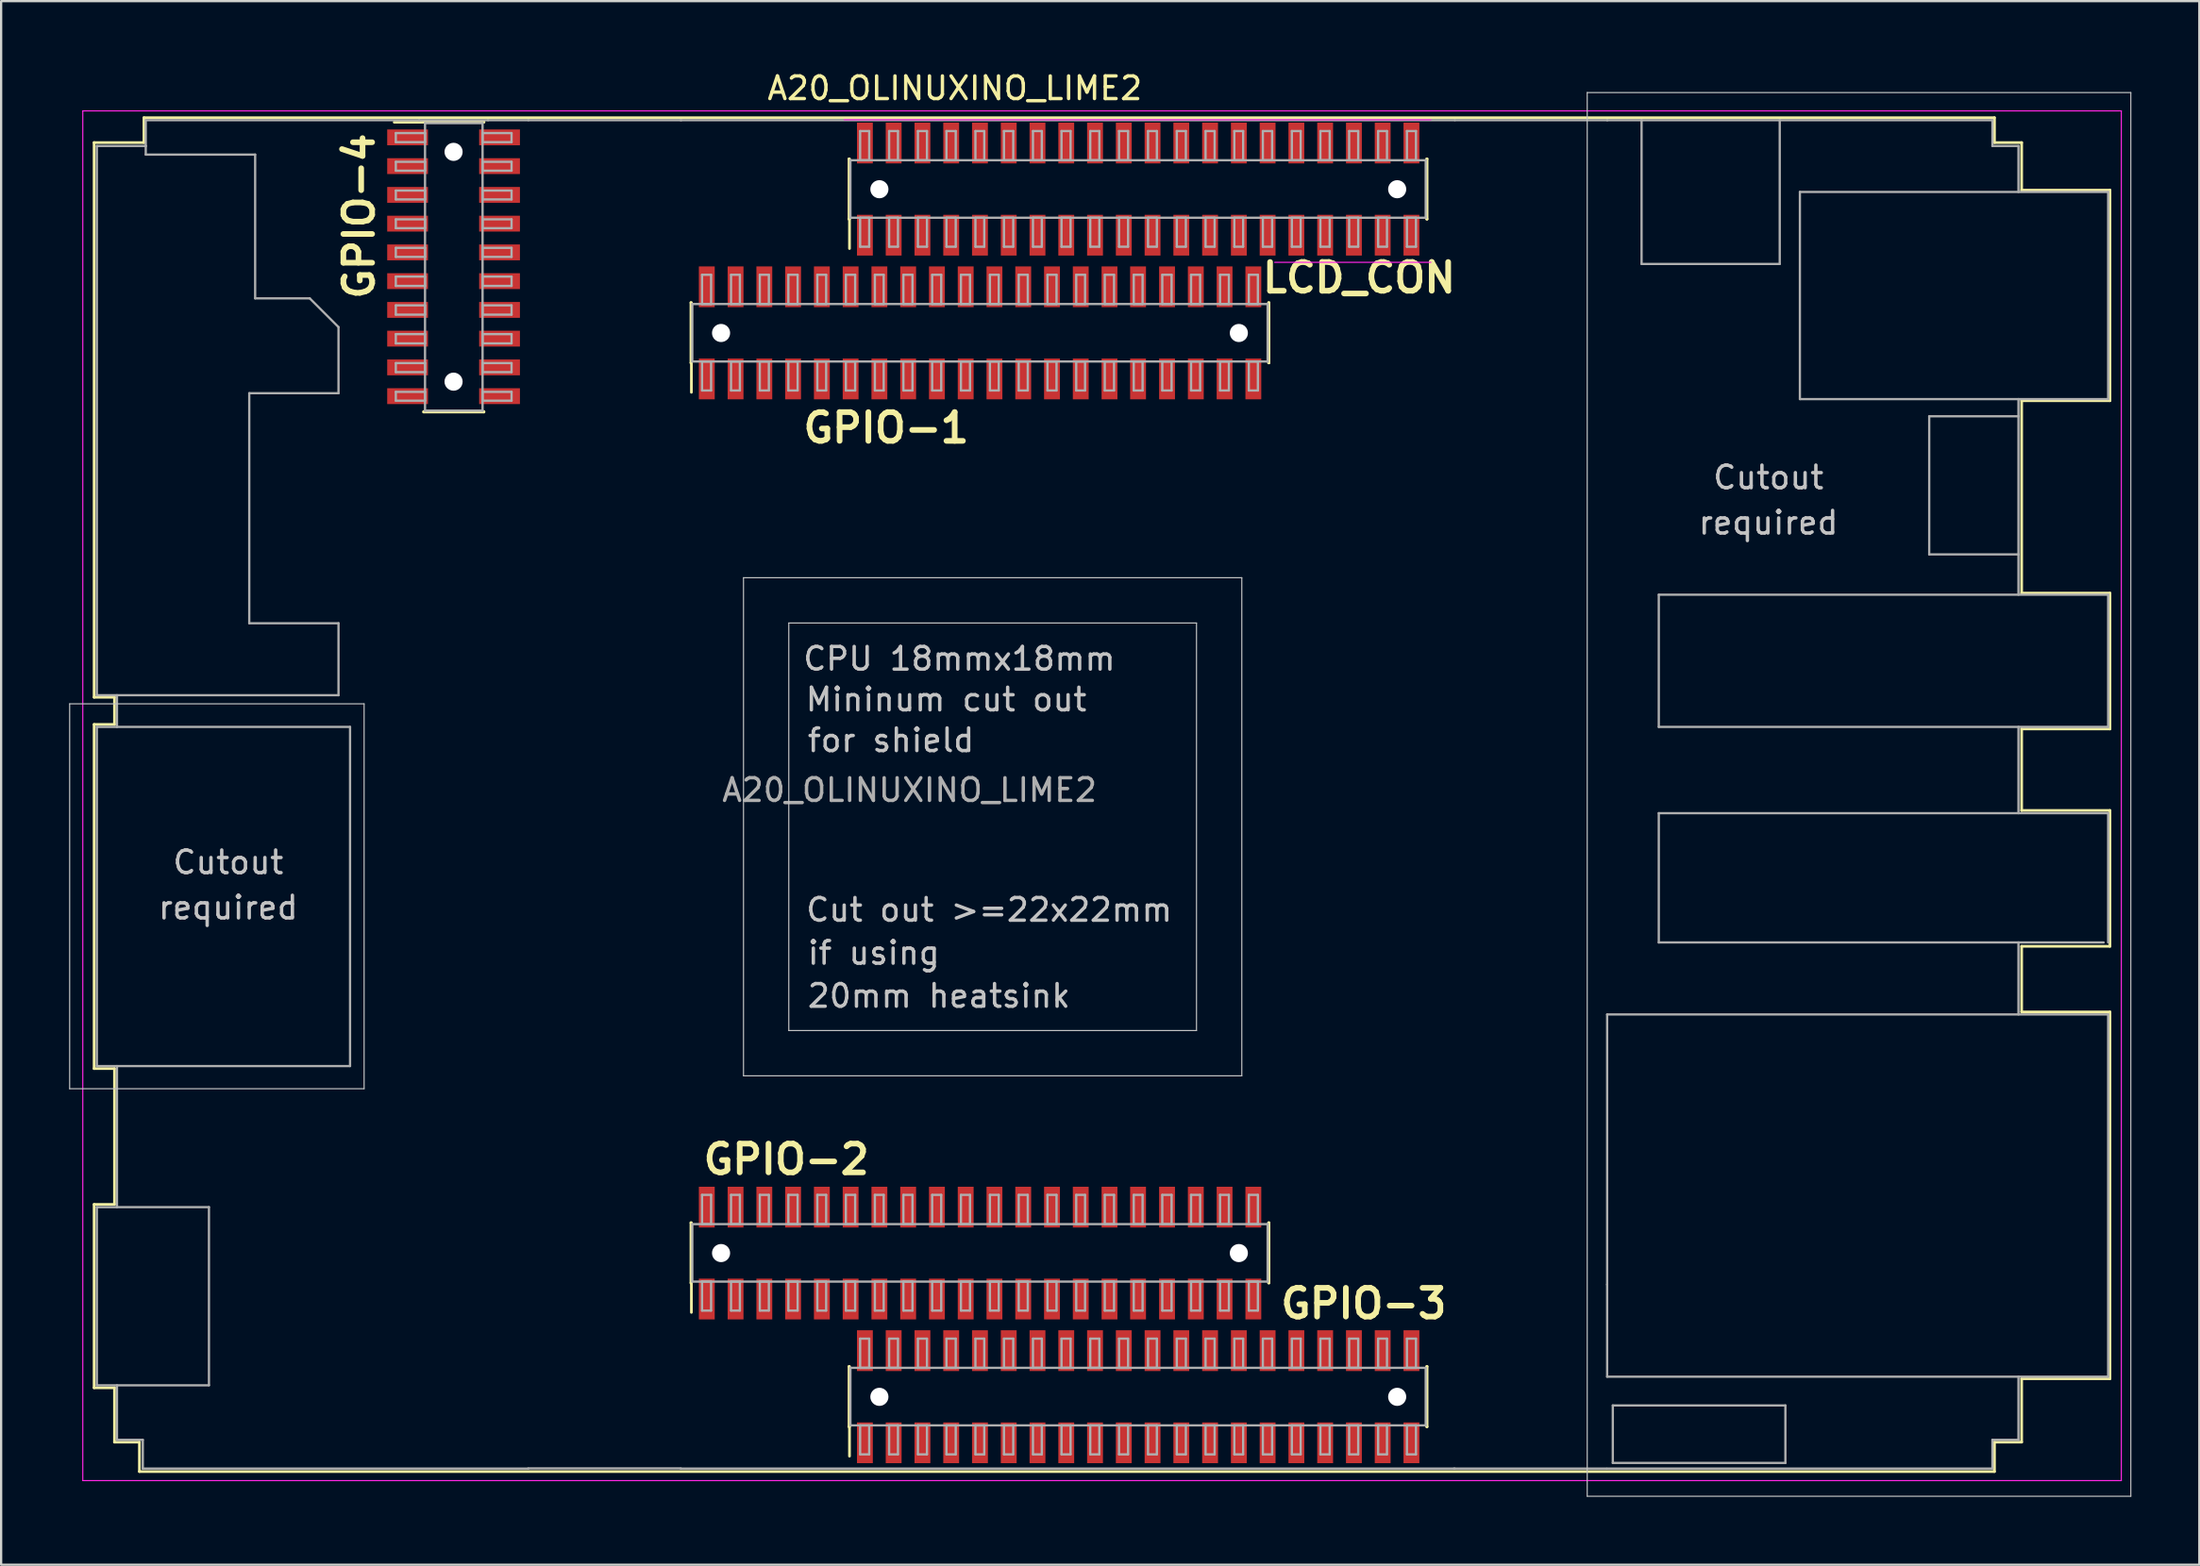
<source format=kicad_pcb>
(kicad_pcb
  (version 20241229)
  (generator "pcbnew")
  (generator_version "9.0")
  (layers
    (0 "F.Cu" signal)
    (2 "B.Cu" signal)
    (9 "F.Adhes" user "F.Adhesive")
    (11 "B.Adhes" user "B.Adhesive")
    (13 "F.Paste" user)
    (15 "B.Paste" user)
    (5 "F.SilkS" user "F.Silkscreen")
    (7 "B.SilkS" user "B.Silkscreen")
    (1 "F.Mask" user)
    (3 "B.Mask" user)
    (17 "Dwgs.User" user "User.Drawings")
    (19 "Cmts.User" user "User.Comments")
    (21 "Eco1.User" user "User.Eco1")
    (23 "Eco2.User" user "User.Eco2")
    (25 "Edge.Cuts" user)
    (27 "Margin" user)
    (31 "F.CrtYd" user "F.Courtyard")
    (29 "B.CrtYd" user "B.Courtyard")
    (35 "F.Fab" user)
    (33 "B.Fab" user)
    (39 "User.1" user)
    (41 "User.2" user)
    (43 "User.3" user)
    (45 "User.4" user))
  (footprint "A20_OLINUXINO_LIME2"
    (layer "F.Cu")
    (at 37.105 31.848)
    (property "Reference" "A20_OLINUXINO_LIME2" (at 2 -31 0) (layer "F.SilkS") (effects (font (size 1 1) (thickness 0.15))))
    (attr smd)
    (fp_line (start -36 -28.6) (end -36 -4.1) (stroke (width 0.12) (type solid)) (layer "F.SilkS"))
    (fp_line (start -36 -4.1) (end -35.1 -4.1) (stroke (width 0.12) (type solid)) (layer "F.SilkS"))
    (fp_line (start -36 -2.9) (end -36 12.3) (stroke (width 0.12) (type solid)) (layer "F.SilkS"))
    (fp_line (start -36 12.3) (end -35.1 12.3) (stroke (width 0.12) (type solid)) (layer "F.SilkS"))
    (fp_line (start -36 18.3) (end -36 26.4) (stroke (width 0.12) (type solid)) (layer "F.SilkS"))
    (fp_line (start -36 26.4) (end -35.1 26.4) (stroke (width 0.12) (type solid)) (layer "F.SilkS"))
    (fp_line (start -35.1 -4.1) (end -35.1 -2.9) (stroke (width 0.12) (type solid)) (layer "F.SilkS"))
    (fp_line (start -35.1 -2.9) (end -36 -2.9) (stroke (width 0.12) (type solid)) (layer "F.SilkS"))
    (fp_line (start -35.1 12.3) (end -35.1 18.3) (stroke (width 0.12) (type solid)) (layer "F.SilkS"))
    (fp_line (start -35.1 18.3) (end -36 18.3) (stroke (width 0.12) (type solid)) (layer "F.SilkS"))
    (fp_line (start -35.1 26.4) (end -35.1 28.8) (stroke (width 0.12) (type solid)) (layer "F.SilkS"))
    (fp_line (start -35.1 28.8) (end -34 28.8) (stroke (width 0.12) (type solid)) (layer "F.SilkS"))
    (fp_line (start -34 28.8) (end -34 30.1) (stroke (width 0.12) (type solid)) (layer "F.SilkS"))
    (fp_line (start -34 30.1) (end 47.9 30.1) (stroke (width 0.12) (type solid)) (layer "F.SilkS"))
    (fp_line (start -33.8 -29.7) (end -33.8 -28.6) (stroke (width 0.12) (type solid)) (layer "F.SilkS"))
    (fp_line (start -33.8 -28.6) (end -36 -28.6) (stroke (width 0.12) (type solid)) (layer "F.SilkS"))
    (fp_line (start -22.75 -29.5) (end -21.45 -29.5) (stroke (width 0.12) (type solid)) (layer "F.SilkS"))
    (fp_line (start -21.45 -29.52) (end -18.79 -29.52) (stroke (width 0.12) (type solid)) (layer "F.SilkS"))
    (fp_line (start -21.45 -29.5) (end -21.45 -29.52) (stroke (width 0.12) (type solid)) (layer "F.SilkS"))
    (fp_line (start -21.45 -16.72) (end -21.45 -16.7) (stroke (width 0.12) (type solid)) (layer "F.SilkS"))
    (fp_line (start -21.45 -16.7) (end -18.79 -16.7) (stroke (width 0.12) (type solid)) (layer "F.SilkS"))
    (fp_line (start -18.79 -29.52) (end -18.79 -29.5) (stroke (width 0.12) (type solid)) (layer "F.SilkS"))
    (fp_line (start -18.79 -16.7) (end -18.79 -16.72) (stroke (width 0.12) (type solid)) (layer "F.SilkS"))
    (fp_line (start -9.65 -21.53) (end -9.63 -21.53) (stroke (width 0.12) (type solid)) (layer "F.SilkS"))
    (fp_line (start -9.65 -18.87) (end -9.65 -21.53) (stroke (width 0.12) (type solid)) (layer "F.SilkS"))
    (fp_line (start -9.65 19.11) (end -9.63 19.11) (stroke (width 0.12) (type solid)) (layer "F.SilkS"))
    (fp_line (start -9.65 21.77) (end -9.65 19.11) (stroke (width 0.12) (type solid)) (layer "F.SilkS"))
    (fp_line (start -9.63 -18.87) (end -9.65 -18.87) (stroke (width 0.12) (type solid)) (layer "F.SilkS"))
    (fp_line (start -9.63 -17.57) (end -9.63 -18.87) (stroke (width 0.12) (type solid)) (layer "F.SilkS"))
    (fp_line (start -9.63 21.77) (end -9.65 21.77) (stroke (width 0.12) (type solid)) (layer "F.SilkS"))
    (fp_line (start -9.63 23.07) (end -9.63 21.77) (stroke (width 0.12) (type solid)) (layer "F.SilkS"))
    (fp_line (start -2.67 -27.88) (end -2.65 -27.88) (stroke (width 0.12) (type solid)) (layer "F.SilkS"))
    (fp_line (start -2.67 -25.22) (end -2.67 -27.88) (stroke (width 0.12) (type solid)) (layer "F.SilkS"))
    (fp_line (start -2.67 25.46) (end -2.65 25.46) (stroke (width 0.12) (type solid)) (layer "F.SilkS"))
    (fp_line (start -2.67 28.12) (end -2.67 25.46) (stroke (width 0.12) (type solid)) (layer "F.SilkS"))
    (fp_line (start -2.65 -25.22) (end -2.67 -25.22) (stroke (width 0.12) (type solid)) (layer "F.SilkS"))
    (fp_line (start -2.65 -23.92) (end -2.65 -25.22) (stroke (width 0.12) (type solid)) (layer "F.SilkS"))
    (fp_line (start -2.65 28.12) (end -2.67 28.12) (stroke (width 0.12) (type solid)) (layer "F.SilkS"))
    (fp_line (start -2.65 29.42) (end -2.65 28.12) (stroke (width 0.12) (type solid)) (layer "F.SilkS"))
    (fp_line (start 15.85 -18.87) (end 15.87 -18.87) (stroke (width 0.12) (type solid)) (layer "F.SilkS"))
    (fp_line (start 15.85 21.77) (end 15.87 21.77) (stroke (width 0.12) (type solid)) (layer "F.SilkS"))
    (fp_line (start 15.87 -21.53) (end 15.85 -21.53) (stroke (width 0.12) (type solid)) (layer "F.SilkS"))
    (fp_line (start 15.87 -18.87) (end 15.87 -21.53) (stroke (width 0.12) (type solid)) (layer "F.SilkS"))
    (fp_line (start 15.87 19.11) (end 15.85 19.11) (stroke (width 0.12) (type solid)) (layer "F.SilkS"))
    (fp_line (start 15.87 21.77) (end 15.87 19.11) (stroke (width 0.12) (type solid)) (layer "F.SilkS"))
    (fp_line (start 22.83 -25.22) (end 22.85 -25.22) (stroke (width 0.12) (type solid)) (layer "F.SilkS"))
    (fp_line (start 22.83 28.12) (end 22.85 28.12) (stroke (width 0.12) (type solid)) (layer "F.SilkS"))
    (fp_line (start 22.85 -27.88) (end 22.83 -27.88) (stroke (width 0.12) (type solid)) (layer "F.SilkS"))
    (fp_line (start 22.85 -25.22) (end 22.85 -27.88) (stroke (width 0.12) (type solid)) (layer "F.SilkS"))
    (fp_line (start 22.85 25.46) (end 22.83 25.46) (stroke (width 0.12) (type solid)) (layer "F.SilkS"))
    (fp_line (start 22.85 28.12) (end 22.85 25.46) (stroke (width 0.12) (type solid)) (layer "F.SilkS"))
    (fp_line (start 47.9 -29.7) (end -33.8 -29.7) (stroke (width 0.12) (type solid)) (layer "F.SilkS"))
    (fp_line (start 47.9 -28.6) (end 47.9 -29.7) (stroke (width 0.12) (type solid)) (layer "F.SilkS"))
    (fp_line (start 47.9 28.8) (end 49.1 28.8) (stroke (width 0.12) (type solid)) (layer "F.SilkS"))
    (fp_line (start 47.9 30.1) (end 47.9 28.8) (stroke (width 0.12) (type solid)) (layer "F.SilkS"))
    (fp_line (start 49.1 -28.6) (end 47.9 -28.6) (stroke (width 0.12) (type solid)) (layer "F.SilkS"))
    (fp_line (start 49.1 -26.5) (end 49.1 -28.6) (stroke (width 0.12) (type solid)) (layer "F.SilkS"))
    (fp_line (start 49.1 -17.2) (end 53 -17.2) (stroke (width 0.12) (type solid)) (layer "F.SilkS"))
    (fp_line (start 49.1 -8.7) (end 49.1 -17.2) (stroke (width 0.12) (type solid)) (layer "F.SilkS"))
    (fp_line (start 49.1 -2.7) (end 53 -2.7) (stroke (width 0.12) (type solid)) (layer "F.SilkS"))
    (fp_line (start 49.1 0.9) (end 49.1 -2.7) (stroke (width 0.12) (type solid)) (layer "F.SilkS"))
    (fp_line (start 49.1 6.9) (end 53 6.9) (stroke (width 0.12) (type solid)) (layer "F.SilkS"))
    (fp_line (start 49.1 9.8) (end 49.1 6.9) (stroke (width 0.12) (type solid)) (layer "F.SilkS"))
    (fp_line (start 49.1 26) (end 53 26) (stroke (width 0.12) (type solid)) (layer "F.SilkS"))
    (fp_line (start 49.1 28.8) (end 49.1 26) (stroke (width 0.12) (type solid)) (layer "F.SilkS"))
    (fp_line (start 53 -26.5) (end 49.1 -26.5) (stroke (width 0.12) (type solid)) (layer "F.SilkS"))
    (fp_line (start 53 -17.2) (end 53 -26.5) (stroke (width 0.12) (type solid)) (layer "F.SilkS"))
    (fp_line (start 53 -8.7) (end 49.1 -8.7) (stroke (width 0.12) (type solid)) (layer "F.SilkS"))
    (fp_line (start 53 -2.7) (end 53 -8.7) (stroke (width 0.12) (type solid)) (layer "F.SilkS"))
    (fp_line (start 53 0.9) (end 49.1 0.9) (stroke (width 0.12) (type solid)) (layer "F.SilkS"))
    (fp_line (start 53 6.9) (end 53 0.9) (stroke (width 0.12) (type solid)) (layer "F.SilkS"))
    (fp_line (start 53 9.8) (end 49.1 9.8) (stroke (width 0.12) (type solid)) (layer "F.SilkS"))
    (fp_line (start 53 26) (end 53 9.8) (stroke (width 0.12) (type solid)) (layer "F.SilkS"))
    (fp_line (start -37.08 -3.81) (end -37.08 13.19) (stroke (width 0.05) (type solid)) (layer "Dwgs.User"))
    (fp_line (start -37.08 13.19) (end -24.08 13.19) (stroke (width 0.05) (type solid)) (layer "Dwgs.User"))
    (fp_line (start -24.08 -3.81) (end -37.08 -3.81) (stroke (width 0.05) (type solid)) (layer "Dwgs.User"))
    (fp_line (start -24.08 13.19) (end -24.08 -3.81) (stroke (width 0.05) (type solid)) (layer "Dwgs.User"))
    (fp_line (start -7.33 -9.38) (end -7.33 12.62) (stroke (width 0.05) (type solid)) (layer "Dwgs.User"))
    (fp_line (start -7.33 12.62) (end 14.67 12.62) (stroke (width 0.05) (type solid)) (layer "Dwgs.User"))
    (fp_line (start -5.33 -7.38) (end -5.33 10.62) (stroke (width 0.05) (type solid)) (layer "Dwgs.User"))
    (fp_line (start -5.33 10.62) (end 12.67 10.62) (stroke (width 0.05) (type solid)) (layer "Dwgs.User"))
    (fp_line (start 12.67 -7.38) (end -5.33 -7.38) (stroke (width 0.05) (type solid)) (layer "Dwgs.User"))
    (fp_line (start 12.67 10.62) (end 12.67 -7.38) (stroke (width 0.05) (type solid)) (layer "Dwgs.User"))
    (fp_line (start 14.67 -9.38) (end -7.33 -9.38) (stroke (width 0.05) (type solid)) (layer "Dwgs.User"))
    (fp_line (start 14.67 12.62) (end 14.67 -9.38) (stroke (width 0.05) (type solid)) (layer "Dwgs.User"))
    (fp_line (start 29.92 -30.81) (end 53.92 -30.81) (stroke (width 0.05) (type solid)) (layer "Dwgs.User"))
    (fp_line (start 29.92 31.19) (end 29.92 -30.81) (stroke (width 0.05) (type solid)) (layer "Dwgs.User"))
    (fp_line (start 53.92 -30.81) (end 53.92 31.19) (stroke (width 0.05) (type solid)) (layer "Dwgs.User"))
    (fp_line (start 53.92 31.19) (end 29.92 31.19) (stroke (width 0.05) (type solid)) (layer "Dwgs.User"))
    (fp_line (start -36.5 -30) (end -36.5 30.5) (stroke (width 0.05) (type solid)) (layer "F.CrtYd"))
    (fp_line (start -36.5 30.5) (end 53.5 30.5) (stroke (width 0.05) (type solid)) (layer "F.CrtYd"))
    (fp_line (start 16.12 -23.31) (end 23.02 -23.31) (stroke (width 0.05) (type solid)) (layer "F.CrtYd"))
    (fp_line (start 23.02 -29.61) (end -2.88 -29.61) (stroke (width 0.05) (type solid)) (layer "F.CrtYd"))
    (fp_line (start 53.5 -30) (end -36.5 -30) (stroke (width 0.05) (type solid)) (layer "F.CrtYd"))
    (fp_line (start 53.5 30.5) (end 53.5 -30) (stroke (width 0.05) (type solid)) (layer "F.CrtYd"))
    (fp_line (start -35.88 -28.45) (end -33.72 -28.45) (stroke (width 0.1) (type solid)) (layer "F.Fab"))
    (fp_line (start -35.88 -4.19) (end -35.88 -28.45) (stroke (width 0.1) (type solid)) (layer "F.Fab"))
    (fp_line (start -35.88 -4.19) (end -25.21 -4.19) (stroke (width 0.1) (type solid)) (layer "F.Fab"))
    (fp_line (start -35.88 12.19) (end -35.88 -2.79) (stroke (width 0.1) (type solid)) (layer "F.Fab"))
    (fp_line (start -35.88 12.19) (end -24.7 12.19) (stroke (width 0.1) (type solid)) (layer "F.Fab"))
    (fp_line (start -35.88 26.29) (end -35.88 18.42) (stroke (width 0.1) (type solid)) (layer "F.Fab"))
    (fp_line (start -35.88 26.29) (end -30.93 26.29) (stroke (width 0.1) (type solid)) (layer "F.Fab"))
    (fp_line (start -34.99 -2.79) (end -34.99 -4.19) (stroke (width 0.1) (type solid)) (layer "F.Fab"))
    (fp_line (start -34.99 18.42) (end -34.99 12.19) (stroke (width 0.1) (type solid)) (layer "F.Fab"))
    (fp_line (start -34.99 28.7) (end -34.99 26.29) (stroke (width 0.1) (type solid)) (layer "F.Fab"))
    (fp_line (start -33.85 28.7) (end -34.99 28.7) (stroke (width 0.1) (type solid)) (layer "F.Fab"))
    (fp_line (start -33.85 29.97) (end -33.85 28.7) (stroke (width 0.1) (type solid)) (layer "F.Fab"))
    (fp_line (start -33.72 -29.59) (end -21.65 -29.59) (stroke (width 0.1) (type solid)) (layer "F.Fab"))
    (fp_line (start -33.72 -28.45) (end -33.72 -29.59) (stroke (width 0.1) (type solid)) (layer "F.Fab"))
    (fp_line (start -33.72 -28.07) (end -33.72 -28.45) (stroke (width 0.1) (type solid)) (layer "F.Fab"))
    (fp_line (start -30.93 18.42) (end -35.88 18.42) (stroke (width 0.1) (type solid)) (layer "F.Fab"))
    (fp_line (start -30.93 26.29) (end -30.93 18.42) (stroke (width 0.1) (type solid)) (layer "F.Fab"))
    (fp_line (start -29.15 -17.53) (end -25.21 -17.53) (stroke (width 0.1) (type solid)) (layer "F.Fab"))
    (fp_line (start -29.15 -7.37) (end -29.15 -17.53) (stroke (width 0.1) (type solid)) (layer "F.Fab"))
    (fp_line (start -28.89 -28.07) (end -33.72 -28.07) (stroke (width 0.1) (type solid)) (layer "F.Fab"))
    (fp_line (start -28.89 -21.72) (end -28.89 -28.07) (stroke (width 0.1) (type solid)) (layer "F.Fab"))
    (fp_line (start -26.48 -21.72) (end -28.89 -21.72) (stroke (width 0.1) (type solid)) (layer "F.Fab"))
    (fp_line (start -25.21 -20.45) (end -26.48 -21.72) (stroke (width 0.1) (type solid)) (layer "F.Fab"))
    (fp_line (start -25.21 -17.53) (end -25.21 -20.45) (stroke (width 0.1) (type solid)) (layer "F.Fab"))
    (fp_line (start -25.21 -7.37) (end -29.15 -7.37) (stroke (width 0.1) (type solid)) (layer "F.Fab"))
    (fp_line (start -25.21 -4.19) (end -25.21 -7.37) (stroke (width 0.1) (type solid)) (layer "F.Fab"))
    (fp_line (start -24.7 -2.79) (end -35.88 -2.79) (stroke (width 0.1) (type solid)) (layer "F.Fab"))
    (fp_line (start -24.7 12.19) (end -24.7 -2.79) (stroke (width 0.1) (type solid)) (layer "F.Fab"))
    (fp_line (start -22.68 -29.02) (end -21.39 -29.02) (stroke (width 0.1) (type solid)) (layer "F.Fab"))
    (fp_line (start -22.68 -28.62) (end -22.68 -29.02) (stroke (width 0.1) (type solid)) (layer "F.Fab"))
    (fp_line (start -22.68 -27.75) (end -21.39 -27.75) (stroke (width 0.1) (type solid)) (layer "F.Fab"))
    (fp_line (start -22.68 -27.36) (end -22.68 -27.75) (stroke (width 0.1) (type solid)) (layer "F.Fab"))
    (fp_line (start -22.68 -26.48) (end -21.39 -26.48) (stroke (width 0.1) (type solid)) (layer "F.Fab"))
    (fp_line (start -22.68 -26.09) (end -22.68 -26.48) (stroke (width 0.1) (type solid)) (layer "F.Fab"))
    (fp_line (start -22.68 -25.21) (end -21.39 -25.21) (stroke (width 0.1) (type solid)) (layer "F.Fab"))
    (fp_line (start -22.68 -24.82) (end -22.68 -25.21) (stroke (width 0.1) (type solid)) (layer "F.Fab"))
    (fp_line (start -22.68 -23.95) (end -21.39 -23.95) (stroke (width 0.1) (type solid)) (layer "F.Fab"))
    (fp_line (start -22.68 -23.55) (end -22.68 -23.95) (stroke (width 0.1) (type solid)) (layer "F.Fab"))
    (fp_line (start -22.68 -22.68) (end -21.39 -22.68) (stroke (width 0.1) (type solid)) (layer "F.Fab"))
    (fp_line (start -22.68 -22.27) (end -22.68 -22.68) (stroke (width 0.1) (type solid)) (layer "F.Fab"))
    (fp_line (start -22.68 -21.41) (end -21.39 -21.41) (stroke (width 0.1) (type solid)) (layer "F.Fab"))
    (fp_line (start -22.68 -21) (end -22.68 -21.41) (stroke (width 0.1) (type solid)) (layer "F.Fab"))
    (fp_line (start -22.68 -20.14) (end -21.39 -20.14) (stroke (width 0.1) (type solid)) (layer "F.Fab"))
    (fp_line (start -22.68 -19.73) (end -22.68 -20.14) (stroke (width 0.1) (type solid)) (layer "F.Fab"))
    (fp_line (start -22.68 -18.86) (end -21.39 -18.86) (stroke (width 0.1) (type solid)) (layer "F.Fab"))
    (fp_line (start -22.68 -18.46) (end -22.68 -18.86) (stroke (width 0.1) (type solid)) (layer "F.Fab"))
    (fp_line (start -22.68 -17.59) (end -21.39 -17.59) (stroke (width 0.1) (type solid)) (layer "F.Fab"))
    (fp_line (start -22.68 -17.2) (end -22.68 -17.59) (stroke (width 0.1) (type solid)) (layer "F.Fab"))
    (fp_line (start -21.65 -29.59) (end -18.61 -29.59) (stroke (width 0.1) (type solid)) (layer "F.Fab"))
    (fp_line (start -21.39 -29.46) (end -21.39 -16.76) (stroke (width 0.1) (type solid)) (layer "F.Fab"))
    (fp_line (start -21.39 -29.02) (end -21.39 -28.62) (stroke (width 0.1) (type solid)) (layer "F.Fab"))
    (fp_line (start -21.39 -28.62) (end -22.68 -28.62) (stroke (width 0.1) (type solid)) (layer "F.Fab"))
    (fp_line (start -21.39 -27.75) (end -21.39 -27.36) (stroke (width 0.1) (type solid)) (layer "F.Fab"))
    (fp_line (start -21.39 -27.36) (end -22.68 -27.36) (stroke (width 0.1) (type solid)) (layer "F.Fab"))
    (fp_line (start -21.39 -26.48) (end -21.39 -26.09) (stroke (width 0.1) (type solid)) (layer "F.Fab"))
    (fp_line (start -21.39 -26.09) (end -22.68 -26.09) (stroke (width 0.1) (type solid)) (layer "F.Fab"))
    (fp_line (start -21.39 -25.21) (end -21.39 -24.82) (stroke (width 0.1) (type solid)) (layer "F.Fab"))
    (fp_line (start -21.39 -24.82) (end -22.68 -24.82) (stroke (width 0.1) (type solid)) (layer "F.Fab"))
    (fp_line (start -21.39 -23.95) (end -21.39 -23.55) (stroke (width 0.1) (type solid)) (layer "F.Fab"))
    (fp_line (start -21.39 -23.55) (end -22.68 -23.55) (stroke (width 0.1) (type solid)) (layer "F.Fab"))
    (fp_line (start -21.39 -22.68) (end -21.39 -22.27) (stroke (width 0.1) (type solid)) (layer "F.Fab"))
    (fp_line (start -21.39 -22.27) (end -22.68 -22.27) (stroke (width 0.1) (type solid)) (layer "F.Fab"))
    (fp_line (start -21.39 -21.41) (end -21.39 -21) (stroke (width 0.1) (type solid)) (layer "F.Fab"))
    (fp_line (start -21.39 -21) (end -22.68 -21) (stroke (width 0.1) (type solid)) (layer "F.Fab"))
    (fp_line (start -21.39 -20.14) (end -21.39 -19.73) (stroke (width 0.1) (type solid)) (layer "F.Fab"))
    (fp_line (start -21.39 -19.73) (end -22.68 -19.73) (stroke (width 0.1) (type solid)) (layer "F.Fab"))
    (fp_line (start -21.39 -18.86) (end -21.39 -18.46) (stroke (width 0.1) (type solid)) (layer "F.Fab"))
    (fp_line (start -21.39 -18.46) (end -22.68 -18.46) (stroke (width 0.1) (type solid)) (layer "F.Fab"))
    (fp_line (start -21.39 -17.59) (end -21.39 -17.2) (stroke (width 0.1) (type solid)) (layer "F.Fab"))
    (fp_line (start -21.39 -17.2) (end -22.68 -17.2) (stroke (width 0.1) (type solid)) (layer "F.Fab"))
    (fp_line (start -21.39 -16.76) (end -18.85 -16.76) (stroke (width 0.1) (type solid)) (layer "F.Fab"))
    (fp_line (start -18.85 -29.46) (end -21.39 -29.46) (stroke (width 0.1) (type solid)) (layer "F.Fab"))
    (fp_line (start -18.85 -29.02) (end -18.85 -28.62) (stroke (width 0.1) (type solid)) (layer "F.Fab"))
    (fp_line (start -18.85 -28.62) (end -17.57 -28.62) (stroke (width 0.1) (type solid)) (layer "F.Fab"))
    (fp_line (start -18.85 -27.75) (end -18.85 -27.36) (stroke (width 0.1) (type solid)) (layer "F.Fab"))
    (fp_line (start -18.85 -27.36) (end -17.57 -27.36) (stroke (width 0.1) (type solid)) (layer "F.Fab"))
    (fp_line (start -18.85 -26.48) (end -18.85 -26.09) (stroke (width 0.1) (type solid)) (layer "F.Fab"))
    (fp_line (start -18.85 -26.09) (end -17.57 -26.09) (stroke (width 0.1) (type solid)) (layer "F.Fab"))
    (fp_line (start -18.85 -25.21) (end -18.85 -24.82) (stroke (width 0.1) (type solid)) (layer "F.Fab"))
    (fp_line (start -18.85 -24.82) (end -17.57 -24.82) (stroke (width 0.1) (type solid)) (layer "F.Fab"))
    (fp_line (start -18.85 -23.95) (end -18.85 -23.55) (stroke (width 0.1) (type solid)) (layer "F.Fab"))
    (fp_line (start -18.85 -23.55) (end -17.57 -23.55) (stroke (width 0.1) (type solid)) (layer "F.Fab"))
    (fp_line (start -18.85 -22.68) (end -18.85 -22.27) (stroke (width 0.1) (type solid)) (layer "F.Fab"))
    (fp_line (start -18.85 -22.27) (end -17.57 -22.27) (stroke (width 0.1) (type solid)) (layer "F.Fab"))
    (fp_line (start -18.85 -21.41) (end -18.85 -21) (stroke (width 0.1) (type solid)) (layer "F.Fab"))
    (fp_line (start -18.85 -21) (end -17.57 -21) (stroke (width 0.1) (type solid)) (layer "F.Fab"))
    (fp_line (start -18.85 -20.14) (end -18.85 -19.73) (stroke (width 0.1) (type solid)) (layer "F.Fab"))
    (fp_line (start -18.85 -19.73) (end -17.57 -19.73) (stroke (width 0.1) (type solid)) (layer "F.Fab"))
    (fp_line (start -18.85 -18.86) (end -18.85 -18.46) (stroke (width 0.1) (type solid)) (layer "F.Fab"))
    (fp_line (start -18.85 -18.46) (end -17.57 -18.46) (stroke (width 0.1) (type solid)) (layer "F.Fab"))
    (fp_line (start -18.85 -17.59) (end -18.85 -17.2) (stroke (width 0.1) (type solid)) (layer "F.Fab"))
    (fp_line (start -18.85 -17.2) (end -17.57 -17.2) (stroke (width 0.1) (type solid)) (layer "F.Fab"))
    (fp_line (start -18.85 -16.76) (end -18.85 -29.46) (stroke (width 0.1) (type solid)) (layer "F.Fab"))
    (fp_line (start -18.61 -29.59) (end -16.83 -29.59) (stroke (width 0.1) (type solid)) (layer "F.Fab"))
    (fp_line (start -17.57 -29.02) (end -18.85 -29.02) (stroke (width 0.1) (type solid)) (layer "F.Fab"))
    (fp_line (start -17.57 -28.62) (end -17.57 -29.02) (stroke (width 0.1) (type solid)) (layer "F.Fab"))
    (fp_line (start -17.57 -27.75) (end -18.85 -27.75) (stroke (width 0.1) (type solid)) (layer "F.Fab"))
    (fp_line (start -17.57 -27.36) (end -17.57 -27.75) (stroke (width 0.1) (type solid)) (layer "F.Fab"))
    (fp_line (start -17.57 -26.48) (end -18.85 -26.48) (stroke (width 0.1) (type solid)) (layer "F.Fab"))
    (fp_line (start -17.57 -26.09) (end -17.57 -26.48) (stroke (width 0.1) (type solid)) (layer "F.Fab"))
    (fp_line (start -17.57 -25.21) (end -18.85 -25.21) (stroke (width 0.1) (type solid)) (layer "F.Fab"))
    (fp_line (start -17.57 -24.82) (end -17.57 -25.21) (stroke (width 0.1) (type solid)) (layer "F.Fab"))
    (fp_line (start -17.57 -23.95) (end -18.85 -23.95) (stroke (width 0.1) (type solid)) (layer "F.Fab"))
    (fp_line (start -17.57 -23.55) (end -17.57 -23.95) (stroke (width 0.1) (type solid)) (layer "F.Fab"))
    (fp_line (start -17.57 -22.68) (end -18.85 -22.68) (stroke (width 0.1) (type solid)) (layer "F.Fab"))
    (fp_line (start -17.57 -22.27) (end -17.57 -22.68) (stroke (width 0.1) (type solid)) (layer "F.Fab"))
    (fp_line (start -17.57 -21.41) (end -18.85 -21.41) (stroke (width 0.1) (type solid)) (layer "F.Fab"))
    (fp_line (start -17.57 -21) (end -17.57 -21.41) (stroke (width 0.1) (type solid)) (layer "F.Fab"))
    (fp_line (start -17.57 -20.14) (end -18.85 -20.14) (stroke (width 0.1) (type solid)) (layer "F.Fab"))
    (fp_line (start -17.57 -19.73) (end -17.57 -20.14) (stroke (width 0.1) (type solid)) (layer "F.Fab"))
    (fp_line (start -17.57 -18.86) (end -18.85 -18.86) (stroke (width 0.1) (type solid)) (layer "F.Fab"))
    (fp_line (start -17.57 -18.46) (end -17.57 -18.86) (stroke (width 0.1) (type solid)) (layer "F.Fab"))
    (fp_line (start -17.57 -17.59) (end -18.85 -17.59) (stroke (width 0.1) (type solid)) (layer "F.Fab"))
    (fp_line (start -17.57 -17.2) (end -17.57 -17.59) (stroke (width 0.1) (type solid)) (layer "F.Fab"))
    (fp_line (start -16.83 29.97) (end -33.85 29.97) (stroke (width 0.1) (type solid)) (layer "F.Fab"))
    (fp_line (start -16.82 -29.59) (end -10.08 -29.59) (stroke (width 0.1) (type solid)) (layer "F.Fab"))
    (fp_line (start -10.1 -29.59) (end 24.07 -29.59) (stroke (width 0.1) (type solid)) (layer "F.Fab"))
    (fp_line (start -10.1 29.96) (end -16.83 29.96) (stroke (width 0.1) (type solid)) (layer "F.Fab"))
    (fp_line (start -9.59 -21.47) (end -9.59 -18.93) (stroke (width 0.1) (type solid)) (layer "F.Fab"))
    (fp_line (start -9.59 -18.93) (end 15.81 -18.93) (stroke (width 0.1) (type solid)) (layer "F.Fab"))
    (fp_line (start -9.59 19.17) (end -9.59 21.71) (stroke (width 0.1) (type solid)) (layer "F.Fab"))
    (fp_line (start -9.59 21.71) (end 15.81 21.71) (stroke (width 0.1) (type solid)) (layer "F.Fab"))
    (fp_line (start -9.16 -22.76) (end -9.16 -21.47) (stroke (width 0.1) (type solid)) (layer "F.Fab"))
    (fp_line (start -9.16 -21.47) (end -8.76 -21.47) (stroke (width 0.1) (type solid)) (layer "F.Fab"))
    (fp_line (start -9.16 -18.93) (end -8.76 -18.93) (stroke (width 0.1) (type solid)) (layer "F.Fab"))
    (fp_line (start -9.16 -17.65) (end -9.16 -18.93) (stroke (width 0.1) (type solid)) (layer "F.Fab"))
    (fp_line (start -9.16 17.88) (end -9.16 19.17) (stroke (width 0.1) (type solid)) (layer "F.Fab"))
    (fp_line (start -9.16 19.17) (end -8.76 19.17) (stroke (width 0.1) (type solid)) (layer "F.Fab"))
    (fp_line (start -9.16 21.71) (end -8.76 21.71) (stroke (width 0.1) (type solid)) (layer "F.Fab"))
    (fp_line (start -9.16 22.99) (end -9.16 21.71) (stroke (width 0.1) (type solid)) (layer "F.Fab"))
    (fp_line (start -8.76 -22.76) (end -9.16 -22.76) (stroke (width 0.1) (type solid)) (layer "F.Fab"))
    (fp_line (start -8.76 -21.47) (end -8.76 -22.76) (stroke (width 0.1) (type solid)) (layer "F.Fab"))
    (fp_line (start -8.76 -18.93) (end -8.76 -17.65) (stroke (width 0.1) (type solid)) (layer "F.Fab"))
    (fp_line (start -8.76 -17.65) (end -9.16 -17.65) (stroke (width 0.1) (type solid)) (layer "F.Fab"))
    (fp_line (start -8.76 17.88) (end -9.16 17.88) (stroke (width 0.1) (type solid)) (layer "F.Fab"))
    (fp_line (start -8.76 19.17) (end -8.76 17.88) (stroke (width 0.1) (type solid)) (layer "F.Fab"))
    (fp_line (start -8.76 21.71) (end -8.76 22.99) (stroke (width 0.1) (type solid)) (layer "F.Fab"))
    (fp_line (start -8.76 22.99) (end -9.16 22.99) (stroke (width 0.1) (type solid)) (layer "F.Fab"))
    (fp_line (start -7.88 -22.76) (end -7.88 -21.47) (stroke (width 0.1) (type solid)) (layer "F.Fab"))
    (fp_line (start -7.88 -21.47) (end -7.49 -21.47) (stroke (width 0.1) (type solid)) (layer "F.Fab"))
    (fp_line (start -7.88 -18.93) (end -7.49 -18.93) (stroke (width 0.1) (type solid)) (layer "F.Fab"))
    (fp_line (start -7.88 -17.65) (end -7.88 -18.93) (stroke (width 0.1) (type solid)) (layer "F.Fab"))
    (fp_line (start -7.88 17.88) (end -7.88 19.17) (stroke (width 0.1) (type solid)) (layer "F.Fab"))
    (fp_line (start -7.88 19.17) (end -7.49 19.17) (stroke (width 0.1) (type solid)) (layer "F.Fab"))
    (fp_line (start -7.88 21.71) (end -7.49 21.71) (stroke (width 0.1) (type solid)) (layer "F.Fab"))
    (fp_line (start -7.88 22.99) (end -7.88 21.71) (stroke (width 0.1) (type solid)) (layer "F.Fab"))
    (fp_line (start -7.49 -22.76) (end -7.88 -22.76) (stroke (width 0.1) (type solid)) (layer "F.Fab"))
    (fp_line (start -7.49 -21.47) (end -7.49 -22.76) (stroke (width 0.1) (type solid)) (layer "F.Fab"))
    (fp_line (start -7.49 -18.93) (end -7.49 -17.65) (stroke (width 0.1) (type solid)) (layer "F.Fab"))
    (fp_line (start -7.49 -17.65) (end -7.88 -17.65) (stroke (width 0.1) (type solid)) (layer "F.Fab"))
    (fp_line (start -7.49 17.88) (end -7.88 17.88) (stroke (width 0.1) (type solid)) (layer "F.Fab"))
    (fp_line (start -7.49 19.17) (end -7.49 17.88) (stroke (width 0.1) (type solid)) (layer "F.Fab"))
    (fp_line (start -7.49 21.71) (end -7.49 22.99) (stroke (width 0.1) (type solid)) (layer "F.Fab"))
    (fp_line (start -7.49 22.99) (end -7.88 22.99) (stroke (width 0.1) (type solid)) (layer "F.Fab"))
    (fp_line (start -6.61 -22.76) (end -6.61 -21.47) (stroke (width 0.1) (type solid)) (layer "F.Fab"))
    (fp_line (start -6.61 -21.47) (end -6.21 -21.47) (stroke (width 0.1) (type solid)) (layer "F.Fab"))
    (fp_line (start -6.61 -18.93) (end -6.21 -18.93) (stroke (width 0.1) (type solid)) (layer "F.Fab"))
    (fp_line (start -6.61 -17.65) (end -6.61 -18.93) (stroke (width 0.1) (type solid)) (layer "F.Fab"))
    (fp_line (start -6.61 17.88) (end -6.61 19.17) (stroke (width 0.1) (type solid)) (layer "F.Fab"))
    (fp_line (start -6.61 19.17) (end -6.21 19.17) (stroke (width 0.1) (type solid)) (layer "F.Fab"))
    (fp_line (start -6.61 21.71) (end -6.21 21.71) (stroke (width 0.1) (type solid)) (layer "F.Fab"))
    (fp_line (start -6.61 22.99) (end -6.61 21.71) (stroke (width 0.1) (type solid)) (layer "F.Fab"))
    (fp_line (start -6.21 -22.76) (end -6.61 -22.76) (stroke (width 0.1) (type solid)) (layer "F.Fab"))
    (fp_line (start -6.21 -21.47) (end -6.21 -22.76) (stroke (width 0.1) (type solid)) (layer "F.Fab"))
    (fp_line (start -6.21 -18.93) (end -6.21 -17.65) (stroke (width 0.1) (type solid)) (layer "F.Fab"))
    (fp_line (start -6.21 -17.65) (end -6.61 -17.65) (stroke (width 0.1) (type solid)) (layer "F.Fab"))
    (fp_line (start -6.21 17.88) (end -6.61 17.88) (stroke (width 0.1) (type solid)) (layer "F.Fab"))
    (fp_line (start -6.21 19.17) (end -6.21 17.88) (stroke (width 0.1) (type solid)) (layer "F.Fab"))
    (fp_line (start -6.21 21.71) (end -6.21 22.99) (stroke (width 0.1) (type solid)) (layer "F.Fab"))
    (fp_line (start -6.21 22.99) (end -6.61 22.99) (stroke (width 0.1) (type solid)) (layer "F.Fab"))
    (fp_line (start -5.35 -22.76) (end -5.35 -21.47) (stroke (width 0.1) (type solid)) (layer "F.Fab"))
    (fp_line (start -5.35 -21.47) (end -4.94 -21.47) (stroke (width 0.1) (type solid)) (layer "F.Fab"))
    (fp_line (start -5.35 -18.93) (end -4.94 -18.93) (stroke (width 0.1) (type solid)) (layer "F.Fab"))
    (fp_line (start -5.35 -17.65) (end -5.35 -18.93) (stroke (width 0.1) (type solid)) (layer "F.Fab"))
    (fp_line (start -5.35 17.88) (end -5.35 19.17) (stroke (width 0.1) (type solid)) (layer "F.Fab"))
    (fp_line (start -5.35 19.17) (end -4.94 19.17) (stroke (width 0.1) (type solid)) (layer "F.Fab"))
    (fp_line (start -5.35 21.71) (end -4.94 21.71) (stroke (width 0.1) (type solid)) (layer "F.Fab"))
    (fp_line (start -5.35 22.99) (end -5.35 21.71) (stroke (width 0.1) (type solid)) (layer "F.Fab"))
    (fp_line (start -4.94 -22.76) (end -5.35 -22.76) (stroke (width 0.1) (type solid)) (layer "F.Fab"))
    (fp_line (start -4.94 -21.47) (end -4.94 -22.76) (stroke (width 0.1) (type solid)) (layer "F.Fab"))
    (fp_line (start -4.94 -18.93) (end -4.94 -17.65) (stroke (width 0.1) (type solid)) (layer "F.Fab"))
    (fp_line (start -4.94 -17.65) (end -5.35 -17.65) (stroke (width 0.1) (type solid)) (layer "F.Fab"))
    (fp_line (start -4.94 17.88) (end -5.35 17.88) (stroke (width 0.1) (type solid)) (layer "F.Fab"))
    (fp_line (start -4.94 19.17) (end -4.94 17.88) (stroke (width 0.1) (type solid)) (layer "F.Fab"))
    (fp_line (start -4.94 21.71) (end -4.94 22.99) (stroke (width 0.1) (type solid)) (layer "F.Fab"))
    (fp_line (start -4.94 22.99) (end -5.35 22.99) (stroke (width 0.1) (type solid)) (layer "F.Fab"))
    (fp_line (start -4.07 -22.76) (end -4.07 -21.47) (stroke (width 0.1) (type solid)) (layer "F.Fab"))
    (fp_line (start -4.07 -21.47) (end -3.68 -21.47) (stroke (width 0.1) (type solid)) (layer "F.Fab"))
    (fp_line (start -4.07 -18.93) (end -3.68 -18.93) (stroke (width 0.1) (type solid)) (layer "F.Fab"))
    (fp_line (start -4.07 -17.65) (end -4.07 -18.93) (stroke (width 0.1) (type solid)) (layer "F.Fab"))
    (fp_line (start -4.07 17.88) (end -4.07 19.17) (stroke (width 0.1) (type solid)) (layer "F.Fab"))
    (fp_line (start -4.07 19.17) (end -3.68 19.17) (stroke (width 0.1) (type solid)) (layer "F.Fab"))
    (fp_line (start -4.07 21.71) (end -3.68 21.71) (stroke (width 0.1) (type solid)) (layer "F.Fab"))
    (fp_line (start -4.07 22.99) (end -4.07 21.71) (stroke (width 0.1) (type solid)) (layer "F.Fab"))
    (fp_line (start -3.68 -22.76) (end -4.07 -22.76) (stroke (width 0.1) (type solid)) (layer "F.Fab"))
    (fp_line (start -3.68 -21.47) (end -3.68 -22.76) (stroke (width 0.1) (type solid)) (layer "F.Fab"))
    (fp_line (start -3.68 -18.93) (end -3.68 -17.65) (stroke (width 0.1) (type solid)) (layer "F.Fab"))
    (fp_line (start -3.68 -17.65) (end -4.07 -17.65) (stroke (width 0.1) (type solid)) (layer "F.Fab"))
    (fp_line (start -3.68 17.88) (end -4.07 17.88) (stroke (width 0.1) (type solid)) (layer "F.Fab"))
    (fp_line (start -3.68 19.17) (end -3.68 17.88) (stroke (width 0.1) (type solid)) (layer "F.Fab"))
    (fp_line (start -3.68 21.71) (end -3.68 22.99) (stroke (width 0.1) (type solid)) (layer "F.Fab"))
    (fp_line (start -3.68 22.99) (end -4.07 22.99) (stroke (width 0.1) (type solid)) (layer "F.Fab"))
    (fp_line (start -2.81 -22.76) (end -2.81 -21.47) (stroke (width 0.1) (type solid)) (layer "F.Fab"))
    (fp_line (start -2.81 -21.47) (end -2.4 -21.47) (stroke (width 0.1) (type solid)) (layer "F.Fab"))
    (fp_line (start -2.81 -18.93) (end -2.4 -18.93) (stroke (width 0.1) (type solid)) (layer "F.Fab"))
    (fp_line (start -2.81 -17.65) (end -2.81 -18.93) (stroke (width 0.1) (type solid)) (layer "F.Fab"))
    (fp_line (start -2.81 17.88) (end -2.81 19.17) (stroke (width 0.1) (type solid)) (layer "F.Fab"))
    (fp_line (start -2.81 19.17) (end -2.4 19.17) (stroke (width 0.1) (type solid)) (layer "F.Fab"))
    (fp_line (start -2.81 21.71) (end -2.4 21.71) (stroke (width 0.1) (type solid)) (layer "F.Fab"))
    (fp_line (start -2.81 22.99) (end -2.81 21.71) (stroke (width 0.1) (type solid)) (layer "F.Fab"))
    (fp_line (start -2.61 -27.82) (end -2.61 -25.28) (stroke (width 0.1) (type solid)) (layer "F.Fab"))
    (fp_line (start -2.61 -25.28) (end 22.79 -25.28) (stroke (width 0.1) (type solid)) (layer "F.Fab"))
    (fp_line (start -2.61 25.52) (end -2.61 28.06) (stroke (width 0.1) (type solid)) (layer "F.Fab"))
    (fp_line (start -2.61 28.06) (end 22.79 28.06) (stroke (width 0.1) (type solid)) (layer "F.Fab"))
    (fp_line (start -2.4 -22.76) (end -2.81 -22.76) (stroke (width 0.1) (type solid)) (layer "F.Fab"))
    (fp_line (start -2.4 -21.47) (end -2.4 -22.76) (stroke (width 0.1) (type solid)) (layer "F.Fab"))
    (fp_line (start -2.4 -18.93) (end -2.4 -17.65) (stroke (width 0.1) (type solid)) (layer "F.Fab"))
    (fp_line (start -2.4 -17.65) (end -2.81 -17.65) (stroke (width 0.1) (type solid)) (layer "F.Fab"))
    (fp_line (start -2.4 17.88) (end -2.81 17.88) (stroke (width 0.1) (type solid)) (layer "F.Fab"))
    (fp_line (start -2.4 19.17) (end -2.4 17.88) (stroke (width 0.1) (type solid)) (layer "F.Fab"))
    (fp_line (start -2.4 21.71) (end -2.4 22.99) (stroke (width 0.1) (type solid)) (layer "F.Fab"))
    (fp_line (start -2.4 22.99) (end -2.81 22.99) (stroke (width 0.1) (type solid)) (layer "F.Fab"))
    (fp_line (start -2.18 -29.11) (end -2.18 -27.82) (stroke (width 0.1) (type solid)) (layer "F.Fab"))
    (fp_line (start -2.18 -27.82) (end -1.78 -27.82) (stroke (width 0.1) (type solid)) (layer "F.Fab"))
    (fp_line (start -2.18 -25.28) (end -1.78 -25.28) (stroke (width 0.1) (type solid)) (layer "F.Fab"))
    (fp_line (start -2.18 -24) (end -2.18 -25.28) (stroke (width 0.1) (type solid)) (layer "F.Fab"))
    (fp_line (start -2.18 24.23) (end -2.18 25.52) (stroke (width 0.1) (type solid)) (layer "F.Fab"))
    (fp_line (start -2.18 25.52) (end -1.78 25.52) (stroke (width 0.1) (type solid)) (layer "F.Fab"))
    (fp_line (start -2.18 28.06) (end -1.78 28.06) (stroke (width 0.1) (type solid)) (layer "F.Fab"))
    (fp_line (start -2.18 29.34) (end -2.18 28.06) (stroke (width 0.1) (type solid)) (layer "F.Fab"))
    (fp_line (start -1.78 -29.11) (end -2.18 -29.11) (stroke (width 0.1) (type solid)) (layer "F.Fab"))
    (fp_line (start -1.78 -27.82) (end -1.78 -29.11) (stroke (width 0.1) (type solid)) (layer "F.Fab"))
    (fp_line (start -1.78 -25.28) (end -1.78 -24) (stroke (width 0.1) (type solid)) (layer "F.Fab"))
    (fp_line (start -1.78 -24) (end -2.18 -24) (stroke (width 0.1) (type solid)) (layer "F.Fab"))
    (fp_line (start -1.78 24.23) (end -2.18 24.23) (stroke (width 0.1) (type solid)) (layer "F.Fab"))
    (fp_line (start -1.78 25.52) (end -1.78 24.23) (stroke (width 0.1) (type solid)) (layer "F.Fab"))
    (fp_line (start -1.78 28.06) (end -1.78 29.34) (stroke (width 0.1) (type solid)) (layer "F.Fab"))
    (fp_line (start -1.78 29.34) (end -2.18 29.34) (stroke (width 0.1) (type solid)) (layer "F.Fab"))
    (fp_line (start -1.53 -22.76) (end -1.53 -21.47) (stroke (width 0.1) (type solid)) (layer "F.Fab"))
    (fp_line (start -1.53 -21.47) (end -1.14 -21.47) (stroke (width 0.1) (type solid)) (layer "F.Fab"))
    (fp_line (start -1.53 -18.93) (end -1.14 -18.93) (stroke (width 0.1) (type solid)) (layer "F.Fab"))
    (fp_line (start -1.53 -17.65) (end -1.53 -18.93) (stroke (width 0.1) (type solid)) (layer "F.Fab"))
    (fp_line (start -1.53 17.88) (end -1.53 19.17) (stroke (width 0.1) (type solid)) (layer "F.Fab"))
    (fp_line (start -1.53 19.17) (end -1.14 19.17) (stroke (width 0.1) (type solid)) (layer "F.Fab"))
    (fp_line (start -1.53 21.71) (end -1.14 21.71) (stroke (width 0.1) (type solid)) (layer "F.Fab"))
    (fp_line (start -1.53 22.99) (end -1.53 21.71) (stroke (width 0.1) (type solid)) (layer "F.Fab"))
    (fp_line (start -1.14 -22.76) (end -1.53 -22.76) (stroke (width 0.1) (type solid)) (layer "F.Fab"))
    (fp_line (start -1.14 -21.47) (end -1.14 -22.76) (stroke (width 0.1) (type solid)) (layer "F.Fab"))
    (fp_line (start -1.14 -18.93) (end -1.14 -17.65) (stroke (width 0.1) (type solid)) (layer "F.Fab"))
    (fp_line (start -1.14 -17.65) (end -1.53 -17.65) (stroke (width 0.1) (type solid)) (layer "F.Fab"))
    (fp_line (start -1.14 17.88) (end -1.53 17.88) (stroke (width 0.1) (type solid)) (layer "F.Fab"))
    (fp_line (start -1.14 19.17) (end -1.14 17.88) (stroke (width 0.1) (type solid)) (layer "F.Fab"))
    (fp_line (start -1.14 21.71) (end -1.14 22.99) (stroke (width 0.1) (type solid)) (layer "F.Fab"))
    (fp_line (start -1.14 22.99) (end -1.53 22.99) (stroke (width 0.1) (type solid)) (layer "F.Fab"))
    (fp_line (start -0.9 -29.11) (end -0.9 -27.82) (stroke (width 0.1) (type solid)) (layer "F.Fab"))
    (fp_line (start -0.9 -27.82) (end -0.51 -27.82) (stroke (width 0.1) (type solid)) (layer "F.Fab"))
    (fp_line (start -0.9 -25.28) (end -0.51 -25.28) (stroke (width 0.1) (type solid)) (layer "F.Fab"))
    (fp_line (start -0.9 -24) (end -0.9 -25.28) (stroke (width 0.1) (type solid)) (layer "F.Fab"))
    (fp_line (start -0.9 24.23) (end -0.9 25.52) (stroke (width 0.1) (type solid)) (layer "F.Fab"))
    (fp_line (start -0.9 25.52) (end -0.51 25.52) (stroke (width 0.1) (type solid)) (layer "F.Fab"))
    (fp_line (start -0.9 28.06) (end -0.51 28.06) (stroke (width 0.1) (type solid)) (layer "F.Fab"))
    (fp_line (start -0.9 29.34) (end -0.9 28.06) (stroke (width 0.1) (type solid)) (layer "F.Fab"))
    (fp_line (start -0.51 -29.11) (end -0.9 -29.11) (stroke (width 0.1) (type solid)) (layer "F.Fab"))
    (fp_line (start -0.51 -27.82) (end -0.51 -29.11) (stroke (width 0.1) (type solid)) (layer "F.Fab"))
    (fp_line (start -0.51 -25.28) (end -0.51 -24) (stroke (width 0.1) (type solid)) (layer "F.Fab"))
    (fp_line (start -0.51 -24) (end -0.9 -24) (stroke (width 0.1) (type solid)) (layer "F.Fab"))
    (fp_line (start -0.51 24.23) (end -0.9 24.23) (stroke (width 0.1) (type solid)) (layer "F.Fab"))
    (fp_line (start -0.51 25.52) (end -0.51 24.23) (stroke (width 0.1) (type solid)) (layer "F.Fab"))
    (fp_line (start -0.51 28.06) (end -0.51 29.34) (stroke (width 0.1) (type solid)) (layer "F.Fab"))
    (fp_line (start -0.51 29.34) (end -0.9 29.34) (stroke (width 0.1) (type solid)) (layer "F.Fab"))
    (fp_line (start -0.27 -22.76) (end -0.27 -21.47) (stroke (width 0.1) (type solid)) (layer "F.Fab"))
    (fp_line (start -0.27 -21.47) (end 0.13 -21.47) (stroke (width 0.1) (type solid)) (layer "F.Fab"))
    (fp_line (start -0.27 -18.93) (end 0.13 -18.93) (stroke (width 0.1) (type solid)) (layer "F.Fab"))
    (fp_line (start -0.27 -17.65) (end -0.27 -18.93) (stroke (width 0.1) (type solid)) (layer "F.Fab"))
    (fp_line (start -0.27 17.88) (end -0.27 19.17) (stroke (width 0.1) (type solid)) (layer "F.Fab"))
    (fp_line (start -0.27 19.17) (end 0.13 19.17) (stroke (width 0.1) (type solid)) (layer "F.Fab"))
    (fp_line (start -0.27 21.71) (end 0.13 21.71) (stroke (width 0.1) (type solid)) (layer "F.Fab"))
    (fp_line (start -0.27 22.99) (end -0.27 21.71) (stroke (width 0.1) (type solid)) (layer "F.Fab"))
    (fp_line (start 0.13 -22.76) (end -0.27 -22.76) (stroke (width 0.1) (type solid)) (layer "F.Fab"))
    (fp_line (start 0.13 -21.47) (end 0.13 -22.76) (stroke (width 0.1) (type solid)) (layer "F.Fab"))
    (fp_line (start 0.13 -18.93) (end 0.13 -17.65) (stroke (width 0.1) (type solid)) (layer "F.Fab"))
    (fp_line (start 0.13 -17.65) (end -0.27 -17.65) (stroke (width 0.1) (type solid)) (layer "F.Fab"))
    (fp_line (start 0.13 17.88) (end -0.27 17.88) (stroke (width 0.1) (type solid)) (layer "F.Fab"))
    (fp_line (start 0.13 19.17) (end 0.13 17.88) (stroke (width 0.1) (type solid)) (layer "F.Fab"))
    (fp_line (start 0.13 21.71) (end 0.13 22.99) (stroke (width 0.1) (type solid)) (layer "F.Fab"))
    (fp_line (start 0.13 22.99) (end -0.27 22.99) (stroke (width 0.1) (type solid)) (layer "F.Fab"))
    (fp_line (start 0.37 -29.11) (end 0.37 -27.82) (stroke (width 0.1) (type solid)) (layer "F.Fab"))
    (fp_line (start 0.37 -27.82) (end 0.77 -27.82) (stroke (width 0.1) (type solid)) (layer "F.Fab"))
    (fp_line (start 0.37 -25.28) (end 0.77 -25.28) (stroke (width 0.1) (type solid)) (layer "F.Fab"))
    (fp_line (start 0.37 -24) (end 0.37 -25.28) (stroke (width 0.1) (type solid)) (layer "F.Fab"))
    (fp_line (start 0.37 24.23) (end 0.37 25.52) (stroke (width 0.1) (type solid)) (layer "F.Fab"))
    (fp_line (start 0.37 25.52) (end 0.77 25.52) (stroke (width 0.1) (type solid)) (layer "F.Fab"))
    (fp_line (start 0.37 28.06) (end 0.77 28.06) (stroke (width 0.1) (type solid)) (layer "F.Fab"))
    (fp_line (start 0.37 29.34) (end 0.37 28.06) (stroke (width 0.1) (type solid)) (layer "F.Fab"))
    (fp_line (start 0.77 -29.11) (end 0.37 -29.11) (stroke (width 0.1) (type solid)) (layer "F.Fab"))
    (fp_line (start 0.77 -27.82) (end 0.77 -29.11) (stroke (width 0.1) (type solid)) (layer "F.Fab"))
    (fp_line (start 0.77 -25.28) (end 0.77 -24) (stroke (width 0.1) (type solid)) (layer "F.Fab"))
    (fp_line (start 0.77 -24) (end 0.37 -24) (stroke (width 0.1) (type solid)) (layer "F.Fab"))
    (fp_line (start 0.77 24.23) (end 0.37 24.23) (stroke (width 0.1) (type solid)) (layer "F.Fab"))
    (fp_line (start 0.77 25.52) (end 0.77 24.23) (stroke (width 0.1) (type solid)) (layer "F.Fab"))
    (fp_line (start 0.77 28.06) (end 0.77 29.34) (stroke (width 0.1) (type solid)) (layer "F.Fab"))
    (fp_line (start 0.77 29.34) (end 0.37 29.34) (stroke (width 0.1) (type solid)) (layer "F.Fab"))
    (fp_line (start 1 -22.76) (end 1 -21.47) (stroke (width 0.1) (type solid)) (layer "F.Fab"))
    (fp_line (start 1 -21.47) (end 1.4 -21.47) (stroke (width 0.1) (type solid)) (layer "F.Fab"))
    (fp_line (start 1 -18.93) (end 1.4 -18.93) (stroke (width 0.1) (type solid)) (layer "F.Fab"))
    (fp_line (start 1 -17.65) (end 1 -18.93) (stroke (width 0.1) (type solid)) (layer "F.Fab"))
    (fp_line (start 1 17.88) (end 1 19.17) (stroke (width 0.1) (type solid)) (layer "F.Fab"))
    (fp_line (start 1 19.17) (end 1.4 19.17) (stroke (width 0.1) (type solid)) (layer "F.Fab"))
    (fp_line (start 1 21.71) (end 1.4 21.71) (stroke (width 0.1) (type solid)) (layer "F.Fab"))
    (fp_line (start 1 22.99) (end 1 21.71) (stroke (width 0.1) (type solid)) (layer "F.Fab"))
    (fp_line (start 1.4 -22.76) (end 1 -22.76) (stroke (width 0.1) (type solid)) (layer "F.Fab"))
    (fp_line (start 1.4 -21.47) (end 1.4 -22.76) (stroke (width 0.1) (type solid)) (layer "F.Fab"))
    (fp_line (start 1.4 -18.93) (end 1.4 -17.65) (stroke (width 0.1) (type solid)) (layer "F.Fab"))
    (fp_line (start 1.4 -17.65) (end 1 -17.65) (stroke (width 0.1) (type solid)) (layer "F.Fab"))
    (fp_line (start 1.4 17.88) (end 1 17.88) (stroke (width 0.1) (type solid)) (layer "F.Fab"))
    (fp_line (start 1.4 19.17) (end 1.4 17.88) (stroke (width 0.1) (type solid)) (layer "F.Fab"))
    (fp_line (start 1.4 21.71) (end 1.4 22.99) (stroke (width 0.1) (type solid)) (layer "F.Fab"))
    (fp_line (start 1.4 22.99) (end 1 22.99) (stroke (width 0.1) (type solid)) (layer "F.Fab"))
    (fp_line (start 1.63 -29.11) (end 1.63 -27.82) (stroke (width 0.1) (type solid)) (layer "F.Fab"))
    (fp_line (start 1.63 -27.82) (end 2.04 -27.82) (stroke (width 0.1) (type solid)) (layer "F.Fab"))
    (fp_line (start 1.63 -25.28) (end 2.04 -25.28) (stroke (width 0.1) (type solid)) (layer "F.Fab"))
    (fp_line (start 1.63 -24) (end 1.63 -25.28) (stroke (width 0.1) (type solid)) (layer "F.Fab"))
    (fp_line (start 1.63 24.23) (end 1.63 25.52) (stroke (width 0.1) (type solid)) (layer "F.Fab"))
    (fp_line (start 1.63 25.52) (end 2.04 25.52) (stroke (width 0.1) (type solid)) (layer "F.Fab"))
    (fp_line (start 1.63 28.06) (end 2.04 28.06) (stroke (width 0.1) (type solid)) (layer "F.Fab"))
    (fp_line (start 1.63 29.34) (end 1.63 28.06) (stroke (width 0.1) (type solid)) (layer "F.Fab"))
    (fp_line (start 2.04 -29.11) (end 1.63 -29.11) (stroke (width 0.1) (type solid)) (layer "F.Fab"))
    (fp_line (start 2.04 -27.82) (end 2.04 -29.11) (stroke (width 0.1) (type solid)) (layer "F.Fab"))
    (fp_line (start 2.04 -25.28) (end 2.04 -24) (stroke (width 0.1) (type solid)) (layer "F.Fab"))
    (fp_line (start 2.04 -24) (end 1.63 -24) (stroke (width 0.1) (type solid)) (layer "F.Fab"))
    (fp_line (start 2.04 24.23) (end 1.63 24.23) (stroke (width 0.1) (type solid)) (layer "F.Fab"))
    (fp_line (start 2.04 25.52) (end 2.04 24.23) (stroke (width 0.1) (type solid)) (layer "F.Fab"))
    (fp_line (start 2.04 28.06) (end 2.04 29.34) (stroke (width 0.1) (type solid)) (layer "F.Fab"))
    (fp_line (start 2.04 29.34) (end 1.63 29.34) (stroke (width 0.1) (type solid)) (layer "F.Fab"))
    (fp_line (start 2.27 -22.76) (end 2.27 -21.47) (stroke (width 0.1) (type solid)) (layer "F.Fab"))
    (fp_line (start 2.27 -21.47) (end 2.67 -21.47) (stroke (width 0.1) (type solid)) (layer "F.Fab"))
    (fp_line (start 2.27 -18.93) (end 2.67 -18.93) (stroke (width 0.1) (type solid)) (layer "F.Fab"))
    (fp_line (start 2.27 -17.65) (end 2.27 -18.93) (stroke (width 0.1) (type solid)) (layer "F.Fab"))
    (fp_line (start 2.27 17.88) (end 2.27 19.17) (stroke (width 0.1) (type solid)) (layer "F.Fab"))
    (fp_line (start 2.27 19.17) (end 2.67 19.17) (stroke (width 0.1) (type solid)) (layer "F.Fab"))
    (fp_line (start 2.27 21.71) (end 2.67 21.71) (stroke (width 0.1) (type solid)) (layer "F.Fab"))
    (fp_line (start 2.27 22.99) (end 2.27 21.71) (stroke (width 0.1) (type solid)) (layer "F.Fab"))
    (fp_line (start 2.67 -22.76) (end 2.27 -22.76) (stroke (width 0.1) (type solid)) (layer "F.Fab"))
    (fp_line (start 2.67 -21.47) (end 2.67 -22.76) (stroke (width 0.1) (type solid)) (layer "F.Fab"))
    (fp_line (start 2.67 -18.93) (end 2.67 -17.65) (stroke (width 0.1) (type solid)) (layer "F.Fab"))
    (fp_line (start 2.67 -17.65) (end 2.27 -17.65) (stroke (width 0.1) (type solid)) (layer "F.Fab"))
    (fp_line (start 2.67 17.88) (end 2.27 17.88) (stroke (width 0.1) (type solid)) (layer "F.Fab"))
    (fp_line (start 2.67 19.17) (end 2.67 17.88) (stroke (width 0.1) (type solid)) (layer "F.Fab"))
    (fp_line (start 2.67 21.71) (end 2.67 22.99) (stroke (width 0.1) (type solid)) (layer "F.Fab"))
    (fp_line (start 2.67 22.99) (end 2.27 22.99) (stroke (width 0.1) (type solid)) (layer "F.Fab"))
    (fp_line (start 2.91 -29.11) (end 2.91 -27.82) (stroke (width 0.1) (type solid)) (layer "F.Fab"))
    (fp_line (start 2.91 -27.82) (end 3.3 -27.82) (stroke (width 0.1) (type solid)) (layer "F.Fab"))
    (fp_line (start 2.91 -25.28) (end 3.3 -25.28) (stroke (width 0.1) (type solid)) (layer "F.Fab"))
    (fp_line (start 2.91 -24) (end 2.91 -25.28) (stroke (width 0.1) (type solid)) (layer "F.Fab"))
    (fp_line (start 2.91 24.23) (end 2.91 25.52) (stroke (width 0.1) (type solid)) (layer "F.Fab"))
    (fp_line (start 2.91 25.52) (end 3.3 25.52) (stroke (width 0.1) (type solid)) (layer "F.Fab"))
    (fp_line (start 2.91 28.06) (end 3.3 28.06) (stroke (width 0.1) (type solid)) (layer "F.Fab"))
    (fp_line (start 2.91 29.34) (end 2.91 28.06) (stroke (width 0.1) (type solid)) (layer "F.Fab"))
    (fp_line (start 3.3 -29.11) (end 2.91 -29.11) (stroke (width 0.1) (type solid)) (layer "F.Fab"))
    (fp_line (start 3.3 -27.82) (end 3.3 -29.11) (stroke (width 0.1) (type solid)) (layer "F.Fab"))
    (fp_line (start 3.3 -25.28) (end 3.3 -24) (stroke (width 0.1) (type solid)) (layer "F.Fab"))
    (fp_line (start 3.3 -24) (end 2.91 -24) (stroke (width 0.1) (type solid)) (layer "F.Fab"))
    (fp_line (start 3.3 24.23) (end 2.91 24.23) (stroke (width 0.1) (type solid)) (layer "F.Fab"))
    (fp_line (start 3.3 25.52) (end 3.3 24.23) (stroke (width 0.1) (type solid)) (layer "F.Fab"))
    (fp_line (start 3.3 28.06) (end 3.3 29.34) (stroke (width 0.1) (type solid)) (layer "F.Fab"))
    (fp_line (start 3.3 29.34) (end 2.91 29.34) (stroke (width 0.1) (type solid)) (layer "F.Fab"))
    (fp_line (start 3.55 -22.76) (end 3.55 -21.47) (stroke (width 0.1) (type solid)) (layer "F.Fab"))
    (fp_line (start 3.55 -21.47) (end 3.94 -21.47) (stroke (width 0.1) (type solid)) (layer "F.Fab"))
    (fp_line (start 3.55 -18.93) (end 3.94 -18.93) (stroke (width 0.1) (type solid)) (layer "F.Fab"))
    (fp_line (start 3.55 -17.65) (end 3.55 -18.93) (stroke (width 0.1) (type solid)) (layer "F.Fab"))
    (fp_line (start 3.55 17.88) (end 3.55 19.17) (stroke (width 0.1) (type solid)) (layer "F.Fab"))
    (fp_line (start 3.55 19.17) (end 3.94 19.17) (stroke (width 0.1) (type solid)) (layer "F.Fab"))
    (fp_line (start 3.55 21.71) (end 3.94 21.71) (stroke (width 0.1) (type solid)) (layer "F.Fab"))
    (fp_line (start 3.55 22.99) (end 3.55 21.71) (stroke (width 0.1) (type solid)) (layer "F.Fab"))
    (fp_line (start 3.94 -22.76) (end 3.55 -22.76) (stroke (width 0.1) (type solid)) (layer "F.Fab"))
    (fp_line (start 3.94 -21.47) (end 3.94 -22.76) (stroke (width 0.1) (type solid)) (layer "F.Fab"))
    (fp_line (start 3.94 -18.93) (end 3.94 -17.65) (stroke (width 0.1) (type solid)) (layer "F.Fab"))
    (fp_line (start 3.94 -17.65) (end 3.55 -17.65) (stroke (width 0.1) (type solid)) (layer "F.Fab"))
    (fp_line (start 3.94 17.88) (end 3.55 17.88) (stroke (width 0.1) (type solid)) (layer "F.Fab"))
    (fp_line (start 3.94 19.17) (end 3.94 17.88) (stroke (width 0.1) (type solid)) (layer "F.Fab"))
    (fp_line (start 3.94 21.71) (end 3.94 22.99) (stroke (width 0.1) (type solid)) (layer "F.Fab"))
    (fp_line (start 3.94 22.99) (end 3.55 22.99) (stroke (width 0.1) (type solid)) (layer "F.Fab"))
    (fp_line (start 4.17 -29.11) (end 4.17 -27.82) (stroke (width 0.1) (type solid)) (layer "F.Fab"))
    (fp_line (start 4.17 -27.82) (end 4.58 -27.82) (stroke (width 0.1) (type solid)) (layer "F.Fab"))
    (fp_line (start 4.17 -25.28) (end 4.58 -25.28) (stroke (width 0.1) (type solid)) (layer "F.Fab"))
    (fp_line (start 4.17 -24) (end 4.17 -25.28) (stroke (width 0.1) (type solid)) (layer "F.Fab"))
    (fp_line (start 4.17 24.23) (end 4.17 25.52) (stroke (width 0.1) (type solid)) (layer "F.Fab"))
    (fp_line (start 4.17 25.52) (end 4.58 25.52) (stroke (width 0.1) (type solid)) (layer "F.Fab"))
    (fp_line (start 4.17 28.06) (end 4.58 28.06) (stroke (width 0.1) (type solid)) (layer "F.Fab"))
    (fp_line (start 4.17 29.34) (end 4.17 28.06) (stroke (width 0.1) (type solid)) (layer "F.Fab"))
    (fp_line (start 4.58 -29.11) (end 4.17 -29.11) (stroke (width 0.1) (type solid)) (layer "F.Fab"))
    (fp_line (start 4.58 -27.82) (end 4.58 -29.11) (stroke (width 0.1) (type solid)) (layer "F.Fab"))
    (fp_line (start 4.58 -25.28) (end 4.58 -24) (stroke (width 0.1) (type solid)) (layer "F.Fab"))
    (fp_line (start 4.58 -24) (end 4.17 -24) (stroke (width 0.1) (type solid)) (layer "F.Fab"))
    (fp_line (start 4.58 24.23) (end 4.17 24.23) (stroke (width 0.1) (type solid)) (layer "F.Fab"))
    (fp_line (start 4.58 25.52) (end 4.58 24.23) (stroke (width 0.1) (type solid)) (layer "F.Fab"))
    (fp_line (start 4.58 28.06) (end 4.58 29.34) (stroke (width 0.1) (type solid)) (layer "F.Fab"))
    (fp_line (start 4.58 29.34) (end 4.17 29.34) (stroke (width 0.1) (type solid)) (layer "F.Fab"))
    (fp_line (start 4.82 -22.76) (end 4.82 -21.47) (stroke (width 0.1) (type solid)) (layer "F.Fab"))
    (fp_line (start 4.82 -21.47) (end 5.22 -21.47) (stroke (width 0.1) (type solid)) (layer "F.Fab"))
    (fp_line (start 4.82 -18.93) (end 5.22 -18.93) (stroke (width 0.1) (type solid)) (layer "F.Fab"))
    (fp_line (start 4.82 -17.65) (end 4.82 -18.93) (stroke (width 0.1) (type solid)) (layer "F.Fab"))
    (fp_line (start 4.82 17.88) (end 4.82 19.17) (stroke (width 0.1) (type solid)) (layer "F.Fab"))
    (fp_line (start 4.82 19.17) (end 5.22 19.17) (stroke (width 0.1) (type solid)) (layer "F.Fab"))
    (fp_line (start 4.82 21.71) (end 5.22 21.71) (stroke (width 0.1) (type solid)) (layer "F.Fab"))
    (fp_line (start 4.82 22.99) (end 4.82 21.71) (stroke (width 0.1) (type solid)) (layer "F.Fab"))
    (fp_line (start 5.22 -22.76) (end 4.82 -22.76) (stroke (width 0.1) (type solid)) (layer "F.Fab"))
    (fp_line (start 5.22 -21.47) (end 5.22 -22.76) (stroke (width 0.1) (type solid)) (layer "F.Fab"))
    (fp_line (start 5.22 -18.93) (end 5.22 -17.65) (stroke (width 0.1) (type solid)) (layer "F.Fab"))
    (fp_line (start 5.22 -17.65) (end 4.82 -17.65) (stroke (width 0.1) (type solid)) (layer "F.Fab"))
    (fp_line (start 5.22 17.88) (end 4.82 17.88) (stroke (width 0.1) (type solid)) (layer "F.Fab"))
    (fp_line (start 5.22 19.17) (end 5.22 17.88) (stroke (width 0.1) (type solid)) (layer "F.Fab"))
    (fp_line (start 5.22 21.71) (end 5.22 22.99) (stroke (width 0.1) (type solid)) (layer "F.Fab"))
    (fp_line (start 5.22 22.99) (end 4.82 22.99) (stroke (width 0.1) (type solid)) (layer "F.Fab"))
    (fp_line (start 5.45 -29.11) (end 5.45 -27.82) (stroke (width 0.1) (type solid)) (layer "F.Fab"))
    (fp_line (start 5.45 -27.82) (end 5.84 -27.82) (stroke (width 0.1) (type solid)) (layer "F.Fab"))
    (fp_line (start 5.45 -25.28) (end 5.84 -25.28) (stroke (width 0.1) (type solid)) (layer "F.Fab"))
    (fp_line (start 5.45 -24) (end 5.45 -25.28) (stroke (width 0.1) (type solid)) (layer "F.Fab"))
    (fp_line (start 5.45 24.23) (end 5.45 25.52) (stroke (width 0.1) (type solid)) (layer "F.Fab"))
    (fp_line (start 5.45 25.52) (end 5.84 25.52) (stroke (width 0.1) (type solid)) (layer "F.Fab"))
    (fp_line (start 5.45 28.06) (end 5.84 28.06) (stroke (width 0.1) (type solid)) (layer "F.Fab"))
    (fp_line (start 5.45 29.34) (end 5.45 28.06) (stroke (width 0.1) (type solid)) (layer "F.Fab"))
    (fp_line (start 5.84 -29.11) (end 5.45 -29.11) (stroke (width 0.1) (type solid)) (layer "F.Fab"))
    (fp_line (start 5.84 -27.82) (end 5.84 -29.11) (stroke (width 0.1) (type solid)) (layer "F.Fab"))
    (fp_line (start 5.84 -25.28) (end 5.84 -24) (stroke (width 0.1) (type solid)) (layer "F.Fab"))
    (fp_line (start 5.84 -24) (end 5.45 -24) (stroke (width 0.1) (type solid)) (layer "F.Fab"))
    (fp_line (start 5.84 24.23) (end 5.45 24.23) (stroke (width 0.1) (type solid)) (layer "F.Fab"))
    (fp_line (start 5.84 25.52) (end 5.84 24.23) (stroke (width 0.1) (type solid)) (layer "F.Fab"))
    (fp_line (start 5.84 28.06) (end 5.84 29.34) (stroke (width 0.1) (type solid)) (layer "F.Fab"))
    (fp_line (start 5.84 29.34) (end 5.45 29.34) (stroke (width 0.1) (type solid)) (layer "F.Fab"))
    (fp_line (start 6.09 -22.76) (end 6.09 -21.47) (stroke (width 0.1) (type solid)) (layer "F.Fab"))
    (fp_line (start 6.09 -21.47) (end 6.49 -21.47) (stroke (width 0.1) (type solid)) (layer "F.Fab"))
    (fp_line (start 6.09 -18.93) (end 6.49 -18.93) (stroke (width 0.1) (type solid)) (layer "F.Fab"))
    (fp_line (start 6.09 -17.65) (end 6.09 -18.93) (stroke (width 0.1) (type solid)) (layer "F.Fab"))
    (fp_line (start 6.09 17.88) (end 6.09 19.17) (stroke (width 0.1) (type solid)) (layer "F.Fab"))
    (fp_line (start 6.09 19.17) (end 6.49 19.17) (stroke (width 0.1) (type solid)) (layer "F.Fab"))
    (fp_line (start 6.09 21.71) (end 6.49 21.71) (stroke (width 0.1) (type solid)) (layer "F.Fab"))
    (fp_line (start 6.09 22.99) (end 6.09 21.71) (stroke (width 0.1) (type solid)) (layer "F.Fab"))
    (fp_line (start 6.49 -22.76) (end 6.09 -22.76) (stroke (width 0.1) (type solid)) (layer "F.Fab"))
    (fp_line (start 6.49 -21.47) (end 6.49 -22.76) (stroke (width 0.1) (type solid)) (layer "F.Fab"))
    (fp_line (start 6.49 -18.93) (end 6.49 -17.65) (stroke (width 0.1) (type solid)) (layer "F.Fab"))
    (fp_line (start 6.49 -17.65) (end 6.09 -17.65) (stroke (width 0.1) (type solid)) (layer "F.Fab"))
    (fp_line (start 6.49 17.88) (end 6.09 17.88) (stroke (width 0.1) (type solid)) (layer "F.Fab"))
    (fp_line (start 6.49 19.17) (end 6.49 17.88) (stroke (width 0.1) (type solid)) (layer "F.Fab"))
    (fp_line (start 6.49 21.71) (end 6.49 22.99) (stroke (width 0.1) (type solid)) (layer "F.Fab"))
    (fp_line (start 6.49 22.99) (end 6.09 22.99) (stroke (width 0.1) (type solid)) (layer "F.Fab"))
    (fp_line (start 6.71 -29.11) (end 6.71 -27.82) (stroke (width 0.1) (type solid)) (layer "F.Fab"))
    (fp_line (start 6.71 -27.82) (end 7.11 -27.82) (stroke (width 0.1) (type solid)) (layer "F.Fab"))
    (fp_line (start 6.71 -25.28) (end 7.11 -25.28) (stroke (width 0.1) (type solid)) (layer "F.Fab"))
    (fp_line (start 6.71 -24) (end 6.71 -25.28) (stroke (width 0.1) (type solid)) (layer "F.Fab"))
    (fp_line (start 6.71 24.23) (end 6.71 25.52) (stroke (width 0.1) (type solid)) (layer "F.Fab"))
    (fp_line (start 6.71 25.52) (end 7.11 25.52) (stroke (width 0.1) (type solid)) (layer "F.Fab"))
    (fp_line (start 6.71 28.06) (end 7.11 28.06) (stroke (width 0.1) (type solid)) (layer "F.Fab"))
    (fp_line (start 6.71 29.34) (end 6.71 28.06) (stroke (width 0.1) (type solid)) (layer "F.Fab"))
    (fp_line (start 7.11 -29.11) (end 6.71 -29.11) (stroke (width 0.1) (type solid)) (layer "F.Fab"))
    (fp_line (start 7.11 -27.82) (end 7.11 -29.11) (stroke (width 0.1) (type solid)) (layer "F.Fab"))
    (fp_line (start 7.11 -25.28) (end 7.11 -24) (stroke (width 0.1) (type solid)) (layer "F.Fab"))
    (fp_line (start 7.11 -24) (end 6.71 -24) (stroke (width 0.1) (type solid)) (layer "F.Fab"))
    (fp_line (start 7.11 24.23) (end 6.71 24.23) (stroke (width 0.1) (type solid)) (layer "F.Fab"))
    (fp_line (start 7.11 25.52) (end 7.11 24.23) (stroke (width 0.1) (type solid)) (layer "F.Fab"))
    (fp_line (start 7.11 28.06) (end 7.11 29.34) (stroke (width 0.1) (type solid)) (layer "F.Fab"))
    (fp_line (start 7.11 29.34) (end 6.71 29.34) (stroke (width 0.1) (type solid)) (layer "F.Fab"))
    (fp_line (start 7.36 -22.76) (end 7.36 -21.47) (stroke (width 0.1) (type solid)) (layer "F.Fab"))
    (fp_line (start 7.36 -21.47) (end 7.75 -21.47) (stroke (width 0.1) (type solid)) (layer "F.Fab"))
    (fp_line (start 7.36 -18.93) (end 7.75 -18.93) (stroke (width 0.1) (type solid)) (layer "F.Fab"))
    (fp_line (start 7.36 -17.65) (end 7.36 -18.93) (stroke (width 0.1) (type solid)) (layer "F.Fab"))
    (fp_line (start 7.36 17.88) (end 7.36 19.17) (stroke (width 0.1) (type solid)) (layer "F.Fab"))
    (fp_line (start 7.36 19.17) (end 7.75 19.17) (stroke (width 0.1) (type solid)) (layer "F.Fab"))
    (fp_line (start 7.36 21.71) (end 7.75 21.71) (stroke (width 0.1) (type solid)) (layer "F.Fab"))
    (fp_line (start 7.36 22.99) (end 7.36 21.71) (stroke (width 0.1) (type solid)) (layer "F.Fab"))
    (fp_line (start 7.75 -22.76) (end 7.36 -22.76) (stroke (width 0.1) (type solid)) (layer "F.Fab"))
    (fp_line (start 7.75 -21.47) (end 7.75 -22.76) (stroke (width 0.1) (type solid)) (layer "F.Fab"))
    (fp_line (start 7.75 -18.93) (end 7.75 -17.65) (stroke (width 0.1) (type solid)) (layer "F.Fab"))
    (fp_line (start 7.75 -17.65) (end 7.36 -17.65) (stroke (width 0.1) (type solid)) (layer "F.Fab"))
    (fp_line (start 7.75 17.88) (end 7.36 17.88) (stroke (width 0.1) (type solid)) (layer "F.Fab"))
    (fp_line (start 7.75 19.17) (end 7.75 17.88) (stroke (width 0.1) (type solid)) (layer "F.Fab"))
    (fp_line (start 7.75 21.71) (end 7.75 22.99) (stroke (width 0.1) (type solid)) (layer "F.Fab"))
    (fp_line (start 7.75 22.99) (end 7.36 22.99) (stroke (width 0.1) (type solid)) (layer "F.Fab"))
    (fp_line (start 7.98 -29.11) (end 7.98 -27.82) (stroke (width 0.1) (type solid)) (layer "F.Fab"))
    (fp_line (start 7.98 -27.82) (end 8.38 -27.82) (stroke (width 0.1) (type solid)) (layer "F.Fab"))
    (fp_line (start 7.98 -25.28) (end 8.38 -25.28) (stroke (width 0.1) (type solid)) (layer "F.Fab"))
    (fp_line (start 7.98 -24) (end 7.98 -25.28) (stroke (width 0.1) (type solid)) (layer "F.Fab"))
    (fp_line (start 7.98 24.23) (end 7.98 25.52) (stroke (width 0.1) (type solid)) (layer "F.Fab"))
    (fp_line (start 7.98 25.52) (end 8.38 25.52) (stroke (width 0.1) (type solid)) (layer "F.Fab"))
    (fp_line (start 7.98 28.06) (end 8.38 28.06) (stroke (width 0.1) (type solid)) (layer "F.Fab"))
    (fp_line (start 7.98 29.34) (end 7.98 28.06) (stroke (width 0.1) (type solid)) (layer "F.Fab"))
    (fp_line (start 8.38 -29.11) (end 7.98 -29.11) (stroke (width 0.1) (type solid)) (layer "F.Fab"))
    (fp_line (start 8.38 -27.82) (end 8.38 -29.11) (stroke (width 0.1) (type solid)) (layer "F.Fab"))
    (fp_line (start 8.38 -25.28) (end 8.38 -24) (stroke (width 0.1) (type solid)) (layer "F.Fab"))
    (fp_line (start 8.38 -24) (end 7.98 -24) (stroke (width 0.1) (type solid)) (layer "F.Fab"))
    (fp_line (start 8.38 24.23) (end 7.98 24.23) (stroke (width 0.1) (type solid)) (layer "F.Fab"))
    (fp_line (start 8.38 25.52) (end 8.38 24.23) (stroke (width 0.1) (type solid)) (layer "F.Fab"))
    (fp_line (start 8.38 28.06) (end 8.38 29.34) (stroke (width 0.1) (type solid)) (layer "F.Fab"))
    (fp_line (start 8.38 29.34) (end 7.98 29.34) (stroke (width 0.1) (type solid)) (layer "F.Fab"))
    (fp_line (start 8.62 -22.76) (end 8.62 -21.47) (stroke (width 0.1) (type solid)) (layer "F.Fab"))
    (fp_line (start 8.62 -21.47) (end 9.03 -21.47) (stroke (width 0.1) (type solid)) (layer "F.Fab"))
    (fp_line (start 8.62 -18.93) (end 9.03 -18.93) (stroke (width 0.1) (type solid)) (layer "F.Fab"))
    (fp_line (start 8.62 -17.65) (end 8.62 -18.93) (stroke (width 0.1) (type solid)) (layer "F.Fab"))
    (fp_line (start 8.62 17.88) (end 8.62 19.17) (stroke (width 0.1) (type solid)) (layer "F.Fab"))
    (fp_line (start 8.62 19.17) (end 9.03 19.17) (stroke (width 0.1) (type solid)) (layer "F.Fab"))
    (fp_line (start 8.62 21.71) (end 9.03 21.71) (stroke (width 0.1) (type solid)) (layer "F.Fab"))
    (fp_line (start 8.62 22.99) (end 8.62 21.71) (stroke (width 0.1) (type solid)) (layer "F.Fab"))
    (fp_line (start 9.03 -22.76) (end 8.62 -22.76) (stroke (width 0.1) (type solid)) (layer "F.Fab"))
    (fp_line (start 9.03 -21.47) (end 9.03 -22.76) (stroke (width 0.1) (type solid)) (layer "F.Fab"))
    (fp_line (start 9.03 -18.93) (end 9.03 -17.65) (stroke (width 0.1) (type solid)) (layer "F.Fab"))
    (fp_line (start 9.03 -17.65) (end 8.62 -17.65) (stroke (width 0.1) (type solid)) (layer "F.Fab"))
    (fp_line (start 9.03 17.88) (end 8.62 17.88) (stroke (width 0.1) (type solid)) (layer "F.Fab"))
    (fp_line (start 9.03 19.17) (end 9.03 17.88) (stroke (width 0.1) (type solid)) (layer "F.Fab"))
    (fp_line (start 9.03 21.71) (end 9.03 22.99) (stroke (width 0.1) (type solid)) (layer "F.Fab"))
    (fp_line (start 9.03 22.99) (end 8.62 22.99) (stroke (width 0.1) (type solid)) (layer "F.Fab"))
    (fp_line (start 9.25 -29.11) (end 9.25 -27.82) (stroke (width 0.1) (type solid)) (layer "F.Fab"))
    (fp_line (start 9.25 -27.82) (end 9.65 -27.82) (stroke (width 0.1) (type solid)) (layer "F.Fab"))
    (fp_line (start 9.25 -25.28) (end 9.65 -25.28) (stroke (width 0.1) (type solid)) (layer "F.Fab"))
    (fp_line (start 9.25 -24) (end 9.25 -25.28) (stroke (width 0.1) (type solid)) (layer "F.Fab"))
    (fp_line (start 9.25 24.23) (end 9.25 25.52) (stroke (width 0.1) (type solid)) (layer "F.Fab"))
    (fp_line (start 9.25 25.52) (end 9.65 25.52) (stroke (width 0.1) (type solid)) (layer "F.Fab"))
    (fp_line (start 9.25 28.06) (end 9.65 28.06) (stroke (width 0.1) (type solid)) (layer "F.Fab"))
    (fp_line (start 9.25 29.34) (end 9.25 28.06) (stroke (width 0.1) (type solid)) (layer "F.Fab"))
    (fp_line (start 9.65 -29.11) (end 9.25 -29.11) (stroke (width 0.1) (type solid)) (layer "F.Fab"))
    (fp_line (start 9.65 -27.82) (end 9.65 -29.11) (stroke (width 0.1) (type solid)) (layer "F.Fab"))
    (fp_line (start 9.65 -25.28) (end 9.65 -24) (stroke (width 0.1) (type solid)) (layer "F.Fab"))
    (fp_line (start 9.65 -24) (end 9.25 -24) (stroke (width 0.1) (type solid)) (layer "F.Fab"))
    (fp_line (start 9.65 24.23) (end 9.25 24.23) (stroke (width 0.1) (type solid)) (layer "F.Fab"))
    (fp_line (start 9.65 25.52) (end 9.65 24.23) (stroke (width 0.1) (type solid)) (layer "F.Fab"))
    (fp_line (start 9.65 28.06) (end 9.65 29.34) (stroke (width 0.1) (type solid)) (layer "F.Fab"))
    (fp_line (start 9.65 29.34) (end 9.25 29.34) (stroke (width 0.1) (type solid)) (layer "F.Fab"))
    (fp_line (start 9.9 -22.76) (end 9.9 -21.47) (stroke (width 0.1) (type solid)) (layer "F.Fab"))
    (fp_line (start 9.9 -21.47) (end 10.29 -21.47) (stroke (width 0.1) (type solid)) (layer "F.Fab"))
    (fp_line (start 9.9 -18.93) (end 10.29 -18.93) (stroke (width 0.1) (type solid)) (layer "F.Fab"))
    (fp_line (start 9.9 -17.65) (end 9.9 -18.93) (stroke (width 0.1) (type solid)) (layer "F.Fab"))
    (fp_line (start 9.9 17.88) (end 9.9 19.17) (stroke (width 0.1) (type solid)) (layer "F.Fab"))
    (fp_line (start 9.9 19.17) (end 10.29 19.17) (stroke (width 0.1) (type solid)) (layer "F.Fab"))
    (fp_line (start 9.9 21.71) (end 10.29 21.71) (stroke (width 0.1) (type solid)) (layer "F.Fab"))
    (fp_line (start 9.9 22.99) (end 9.9 21.71) (stroke (width 0.1) (type solid)) (layer "F.Fab"))
    (fp_line (start 10.29 -22.76) (end 9.9 -22.76) (stroke (width 0.1) (type solid)) (layer "F.Fab"))
    (fp_line (start 10.29 -21.47) (end 10.29 -22.76) (stroke (width 0.1) (type solid)) (layer "F.Fab"))
    (fp_line (start 10.29 -18.93) (end 10.29 -17.65) (stroke (width 0.1) (type solid)) (layer "F.Fab"))
    (fp_line (start 10.29 -17.65) (end 9.9 -17.65) (stroke (width 0.1) (type solid)) (layer "F.Fab"))
    (fp_line (start 10.29 17.88) (end 9.9 17.88) (stroke (width 0.1) (type solid)) (layer "F.Fab"))
    (fp_line (start 10.29 19.17) (end 10.29 17.88) (stroke (width 0.1) (type solid)) (layer "F.Fab"))
    (fp_line (start 10.29 21.71) (end 10.29 22.99) (stroke (width 0.1) (type solid)) (layer "F.Fab"))
    (fp_line (start 10.29 22.99) (end 9.9 22.99) (stroke (width 0.1) (type solid)) (layer "F.Fab"))
    (fp_line (start 10.53 -29.11) (end 10.53 -27.82) (stroke (width 0.1) (type solid)) (layer "F.Fab"))
    (fp_line (start 10.53 -27.82) (end 10.92 -27.82) (stroke (width 0.1) (type solid)) (layer "F.Fab"))
    (fp_line (start 10.53 -25.28) (end 10.92 -25.28) (stroke (width 0.1) (type solid)) (layer "F.Fab"))
    (fp_line (start 10.53 -24) (end 10.53 -25.28) (stroke (width 0.1) (type solid)) (layer "F.Fab"))
    (fp_line (start 10.53 24.23) (end 10.53 25.52) (stroke (width 0.1) (type solid)) (layer "F.Fab"))
    (fp_line (start 10.53 25.52) (end 10.92 25.52) (stroke (width 0.1) (type solid)) (layer "F.Fab"))
    (fp_line (start 10.53 28.06) (end 10.92 28.06) (stroke (width 0.1) (type solid)) (layer "F.Fab"))
    (fp_line (start 10.53 29.34) (end 10.53 28.06) (stroke (width 0.1) (type solid)) (layer "F.Fab"))
    (fp_line (start 10.92 -29.11) (end 10.53 -29.11) (stroke (width 0.1) (type solid)) (layer "F.Fab"))
    (fp_line (start 10.92 -27.82) (end 10.92 -29.11) (stroke (width 0.1) (type solid)) (layer "F.Fab"))
    (fp_line (start 10.92 -25.28) (end 10.92 -24) (stroke (width 0.1) (type solid)) (layer "F.Fab"))
    (fp_line (start 10.92 -24) (end 10.53 -24) (stroke (width 0.1) (type solid)) (layer "F.Fab"))
    (fp_line (start 10.92 24.23) (end 10.53 24.23) (stroke (width 0.1) (type solid)) (layer "F.Fab"))
    (fp_line (start 10.92 25.52) (end 10.92 24.23) (stroke (width 0.1) (type solid)) (layer "F.Fab"))
    (fp_line (start 10.92 28.06) (end 10.92 29.34) (stroke (width 0.1) (type solid)) (layer "F.Fab"))
    (fp_line (start 10.92 29.34) (end 10.53 29.34) (stroke (width 0.1) (type solid)) (layer "F.Fab"))
    (fp_line (start 11.16 -22.76) (end 11.16 -21.47) (stroke (width 0.1) (type solid)) (layer "F.Fab"))
    (fp_line (start 11.16 -21.47) (end 11.57 -21.47) (stroke (width 0.1) (type solid)) (layer "F.Fab"))
    (fp_line (start 11.16 -18.93) (end 11.57 -18.93) (stroke (width 0.1) (type solid)) (layer "F.Fab"))
    (fp_line (start 11.16 -17.65) (end 11.16 -18.93) (stroke (width 0.1) (type solid)) (layer "F.Fab"))
    (fp_line (start 11.16 17.88) (end 11.16 19.17) (stroke (width 0.1) (type solid)) (layer "F.Fab"))
    (fp_line (start 11.16 19.17) (end 11.57 19.17) (stroke (width 0.1) (type solid)) (layer "F.Fab"))
    (fp_line (start 11.16 21.71) (end 11.57 21.71) (stroke (width 0.1) (type solid)) (layer "F.Fab"))
    (fp_line (start 11.16 22.99) (end 11.16 21.71) (stroke (width 0.1) (type solid)) (layer "F.Fab"))
    (fp_line (start 11.57 -22.76) (end 11.16 -22.76) (stroke (width 0.1) (type solid)) (layer "F.Fab"))
    (fp_line (start 11.57 -21.47) (end 11.57 -22.76) (stroke (width 0.1) (type solid)) (layer "F.Fab"))
    (fp_line (start 11.57 -18.93) (end 11.57 -17.65) (stroke (width 0.1) (type solid)) (layer "F.Fab"))
    (fp_line (start 11.57 -17.65) (end 11.16 -17.65) (stroke (width 0.1) (type solid)) (layer "F.Fab"))
    (fp_line (start 11.57 17.88) (end 11.16 17.88) (stroke (width 0.1) (type solid)) (layer "F.Fab"))
    (fp_line (start 11.57 19.17) (end 11.57 17.88) (stroke (width 0.1) (type solid)) (layer "F.Fab"))
    (fp_line (start 11.57 21.71) (end 11.57 22.99) (stroke (width 0.1) (type solid)) (layer "F.Fab"))
    (fp_line (start 11.57 22.99) (end 11.16 22.99) (stroke (width 0.1) (type solid)) (layer "F.Fab"))
    (fp_line (start 11.8 -29.11) (end 11.8 -27.82) (stroke (width 0.1) (type solid)) (layer "F.Fab"))
    (fp_line (start 11.8 -27.82) (end 12.2 -27.82) (stroke (width 0.1) (type solid)) (layer "F.Fab"))
    (fp_line (start 11.8 -25.28) (end 12.2 -25.28) (stroke (width 0.1) (type solid)) (layer "F.Fab"))
    (fp_line (start 11.8 -24) (end 11.8 -25.28) (stroke (width 0.1) (type solid)) (layer "F.Fab"))
    (fp_line (start 11.8 24.23) (end 11.8 25.52) (stroke (width 0.1) (type solid)) (layer "F.Fab"))
    (fp_line (start 11.8 25.52) (end 12.2 25.52) (stroke (width 0.1) (type solid)) (layer "F.Fab"))
    (fp_line (start 11.8 28.06) (end 12.2 28.06) (stroke (width 0.1) (type solid)) (layer "F.Fab"))
    (fp_line (start 11.8 29.34) (end 11.8 28.06) (stroke (width 0.1) (type solid)) (layer "F.Fab"))
    (fp_line (start 12.2 -29.11) (end 11.8 -29.11) (stroke (width 0.1) (type solid)) (layer "F.Fab"))
    (fp_line (start 12.2 -27.82) (end 12.2 -29.11) (stroke (width 0.1) (type solid)) (layer "F.Fab"))
    (fp_line (start 12.2 -25.28) (end 12.2 -24) (stroke (width 0.1) (type solid)) (layer "F.Fab"))
    (fp_line (start 12.2 -24) (end 11.8 -24) (stroke (width 0.1) (type solid)) (layer "F.Fab"))
    (fp_line (start 12.2 24.23) (end 11.8 24.23) (stroke (width 0.1) (type solid)) (layer "F.Fab"))
    (fp_line (start 12.2 25.52) (end 12.2 24.23) (stroke (width 0.1) (type solid)) (layer "F.Fab"))
    (fp_line (start 12.2 28.06) (end 12.2 29.34) (stroke (width 0.1) (type solid)) (layer "F.Fab"))
    (fp_line (start 12.2 29.34) (end 11.8 29.34) (stroke (width 0.1) (type solid)) (layer "F.Fab"))
    (fp_line (start 12.43 -22.76) (end 12.43 -21.47) (stroke (width 0.1) (type solid)) (layer "F.Fab"))
    (fp_line (start 12.43 -21.47) (end 12.83 -21.47) (stroke (width 0.1) (type solid)) (layer "F.Fab"))
    (fp_line (start 12.43 -18.93) (end 12.83 -18.93) (stroke (width 0.1) (type solid)) (layer "F.Fab"))
    (fp_line (start 12.43 -17.65) (end 12.43 -18.93) (stroke (width 0.1) (type solid)) (layer "F.Fab"))
    (fp_line (start 12.43 17.88) (end 12.43 19.17) (stroke (width 0.1) (type solid)) (layer "F.Fab"))
    (fp_line (start 12.43 19.17) (end 12.83 19.17) (stroke (width 0.1) (type solid)) (layer "F.Fab"))
    (fp_line (start 12.43 21.71) (end 12.83 21.71) (stroke (width 0.1) (type solid)) (layer "F.Fab"))
    (fp_line (start 12.43 22.99) (end 12.43 21.71) (stroke (width 0.1) (type solid)) (layer "F.Fab"))
    (fp_line (start 12.83 -22.76) (end 12.43 -22.76) (stroke (width 0.1) (type solid)) (layer "F.Fab"))
    (fp_line (start 12.83 -21.47) (end 12.83 -22.76) (stroke (width 0.1) (type solid)) (layer "F.Fab"))
    (fp_line (start 12.83 -18.93) (end 12.83 -17.65) (stroke (width 0.1) (type solid)) (layer "F.Fab"))
    (fp_line (start 12.83 -17.65) (end 12.43 -17.65) (stroke (width 0.1) (type solid)) (layer "F.Fab"))
    (fp_line (start 12.83 17.88) (end 12.43 17.88) (stroke (width 0.1) (type solid)) (layer "F.Fab"))
    (fp_line (start 12.83 19.17) (end 12.83 17.88) (stroke (width 0.1) (type solid)) (layer "F.Fab"))
    (fp_line (start 12.83 21.71) (end 12.83 22.99) (stroke (width 0.1) (type solid)) (layer "F.Fab"))
    (fp_line (start 12.83 22.99) (end 12.43 22.99) (stroke (width 0.1) (type solid)) (layer "F.Fab"))
    (fp_line (start 13.07 -29.11) (end 13.07 -27.82) (stroke (width 0.1) (type solid)) (layer "F.Fab"))
    (fp_line (start 13.07 -27.82) (end 13.47 -27.82) (stroke (width 0.1) (type solid)) (layer "F.Fab"))
    (fp_line (start 13.07 -25.28) (end 13.47 -25.28) (stroke (width 0.1) (type solid)) (layer "F.Fab"))
    (fp_line (start 13.07 -24) (end 13.07 -25.28) (stroke (width 0.1) (type solid)) (layer "F.Fab"))
    (fp_line (start 13.07 24.23) (end 13.07 25.52) (stroke (width 0.1) (type solid)) (layer "F.Fab"))
    (fp_line (start 13.07 25.52) (end 13.47 25.52) (stroke (width 0.1) (type solid)) (layer "F.Fab"))
    (fp_line (start 13.07 28.06) (end 13.47 28.06) (stroke (width 0.1) (type solid)) (layer "F.Fab"))
    (fp_line (start 13.07 29.34) (end 13.07 28.06) (stroke (width 0.1) (type solid)) (layer "F.Fab"))
    (fp_line (start 13.47 -29.11) (end 13.07 -29.11) (stroke (width 0.1) (type solid)) (layer "F.Fab"))
    (fp_line (start 13.47 -27.82) (end 13.47 -29.11) (stroke (width 0.1) (type solid)) (layer "F.Fab"))
    (fp_line (start 13.47 -25.28) (end 13.47 -24) (stroke (width 0.1) (type solid)) (layer "F.Fab"))
    (fp_line (start 13.47 -24) (end 13.07 -24) (stroke (width 0.1) (type solid)) (layer "F.Fab"))
    (fp_line (start 13.47 24.23) (end 13.07 24.23) (stroke (width 0.1) (type solid)) (layer "F.Fab"))
    (fp_line (start 13.47 25.52) (end 13.47 24.23) (stroke (width 0.1) (type solid)) (layer "F.Fab"))
    (fp_line (start 13.47 28.06) (end 13.47 29.34) (stroke (width 0.1) (type solid)) (layer "F.Fab"))
    (fp_line (start 13.47 29.34) (end 13.07 29.34) (stroke (width 0.1) (type solid)) (layer "F.Fab"))
    (fp_line (start 13.71 -22.76) (end 13.71 -21.47) (stroke (width 0.1) (type solid)) (layer "F.Fab"))
    (fp_line (start 13.71 -21.47) (end 14.1 -21.47) (stroke (width 0.1) (type solid)) (layer "F.Fab"))
    (fp_line (start 13.71 -18.93) (end 14.1 -18.93) (stroke (width 0.1) (type solid)) (layer "F.Fab"))
    (fp_line (start 13.71 -17.65) (end 13.71 -18.93) (stroke (width 0.1) (type solid)) (layer "F.Fab"))
    (fp_line (start 13.71 17.88) (end 13.71 19.17) (stroke (width 0.1) (type solid)) (layer "F.Fab"))
    (fp_line (start 13.71 19.17) (end 14.1 19.17) (stroke (width 0.1) (type solid)) (layer "F.Fab"))
    (fp_line (start 13.71 21.71) (end 14.1 21.71) (stroke (width 0.1) (type solid)) (layer "F.Fab"))
    (fp_line (start 13.71 22.99) (end 13.71 21.71) (stroke (width 0.1) (type solid)) (layer "F.Fab"))
    (fp_line (start 14.1 -22.76) (end 13.71 -22.76) (stroke (width 0.1) (type solid)) (layer "F.Fab"))
    (fp_line (start 14.1 -21.47) (end 14.1 -22.76) (stroke (width 0.1) (type solid)) (layer "F.Fab"))
    (fp_line (start 14.1 -18.93) (end 14.1 -17.65) (stroke (width 0.1) (type solid)) (layer "F.Fab"))
    (fp_line (start 14.1 -17.65) (end 13.71 -17.65) (stroke (width 0.1) (type solid)) (layer "F.Fab"))
    (fp_line (start 14.1 17.88) (end 13.71 17.88) (stroke (width 0.1) (type solid)) (layer "F.Fab"))
    (fp_line (start 14.1 19.17) (end 14.1 17.88) (stroke (width 0.1) (type solid)) (layer "F.Fab"))
    (fp_line (start 14.1 21.71) (end 14.1 22.99) (stroke (width 0.1) (type solid)) (layer "F.Fab"))
    (fp_line (start 14.1 22.99) (end 13.71 22.99) (stroke (width 0.1) (type solid)) (layer "F.Fab"))
    (fp_line (start 14.34 -29.11) (end 14.34 -27.82) (stroke (width 0.1) (type solid)) (layer "F.Fab"))
    (fp_line (start 14.34 -27.82) (end 14.73 -27.82) (stroke (width 0.1) (type solid)) (layer "F.Fab"))
    (fp_line (start 14.34 -25.28) (end 14.73 -25.28) (stroke (width 0.1) (type solid)) (layer "F.Fab"))
    (fp_line (start 14.34 -24) (end 14.34 -25.28) (stroke (width 0.1) (type solid)) (layer "F.Fab"))
    (fp_line (start 14.34 24.23) (end 14.34 25.52) (stroke (width 0.1) (type solid)) (layer "F.Fab"))
    (fp_line (start 14.34 25.52) (end 14.73 25.52) (stroke (width 0.1) (type solid)) (layer "F.Fab"))
    (fp_line (start 14.34 28.06) (end 14.73 28.06) (stroke (width 0.1) (type solid)) (layer "F.Fab"))
    (fp_line (start 14.34 29.34) (end 14.34 28.06) (stroke (width 0.1) (type solid)) (layer "F.Fab"))
    (fp_line (start 14.73 -29.11) (end 14.34 -29.11) (stroke (width 0.1) (type solid)) (layer "F.Fab"))
    (fp_line (start 14.73 -27.82) (end 14.73 -29.11) (stroke (width 0.1) (type solid)) (layer "F.Fab"))
    (fp_line (start 14.73 -25.28) (end 14.73 -24) (stroke (width 0.1) (type solid)) (layer "F.Fab"))
    (fp_line (start 14.73 -24) (end 14.34 -24) (stroke (width 0.1) (type solid)) (layer "F.Fab"))
    (fp_line (start 14.73 24.23) (end 14.34 24.23) (stroke (width 0.1) (type solid)) (layer "F.Fab"))
    (fp_line (start 14.73 25.52) (end 14.73 24.23) (stroke (width 0.1) (type solid)) (layer "F.Fab"))
    (fp_line (start 14.73 28.06) (end 14.73 29.34) (stroke (width 0.1) (type solid)) (layer "F.Fab"))
    (fp_line (start 14.73 29.34) (end 14.34 29.34) (stroke (width 0.1) (type solid)) (layer "F.Fab"))
    (fp_line (start 14.98 -22.76) (end 14.98 -21.47) (stroke (width 0.1) (type solid)) (layer "F.Fab"))
    (fp_line (start 14.98 -21.47) (end 15.38 -21.47) (stroke (width 0.1) (type solid)) (layer "F.Fab"))
    (fp_line (start 14.98 -18.93) (end 15.38 -18.93) (stroke (width 0.1) (type solid)) (layer "F.Fab"))
    (fp_line (start 14.98 -17.65) (end 14.98 -18.93) (stroke (width 0.1) (type solid)) (layer "F.Fab"))
    (fp_line (start 14.98 17.88) (end 14.98 19.17) (stroke (width 0.1) (type solid)) (layer "F.Fab"))
    (fp_line (start 14.98 19.17) (end 15.38 19.17) (stroke (width 0.1) (type solid)) (layer "F.Fab"))
    (fp_line (start 14.98 21.71) (end 15.38 21.71) (stroke (width 0.1) (type solid)) (layer "F.Fab"))
    (fp_line (start 14.98 22.99) (end 14.98 21.71) (stroke (width 0.1) (type solid)) (layer "F.Fab"))
    (fp_line (start 15.38 -22.76) (end 14.98 -22.76) (stroke (width 0.1) (type solid)) (layer "F.Fab"))
    (fp_line (start 15.38 -21.47) (end 15.38 -22.76) (stroke (width 0.1) (type solid)) (layer "F.Fab"))
    (fp_line (start 15.38 -18.93) (end 15.38 -17.65) (stroke (width 0.1) (type solid)) (layer "F.Fab"))
    (fp_line (start 15.38 -17.65) (end 14.98 -17.65) (stroke (width 0.1) (type solid)) (layer "F.Fab"))
    (fp_line (start 15.38 17.88) (end 14.98 17.88) (stroke (width 0.1) (type solid)) (layer "F.Fab"))
    (fp_line (start 15.38 19.17) (end 15.38 17.88) (stroke (width 0.1) (type solid)) (layer "F.Fab"))
    (fp_line (start 15.38 21.71) (end 15.38 22.99) (stroke (width 0.1) (type solid)) (layer "F.Fab"))
    (fp_line (start 15.38 22.99) (end 14.98 22.99) (stroke (width 0.1) (type solid)) (layer "F.Fab"))
    (fp_line (start 15.6 -29.11) (end 15.6 -27.82) (stroke (width 0.1) (type solid)) (layer "F.Fab"))
    (fp_line (start 15.6 -27.82) (end 16.01 -27.82) (stroke (width 0.1) (type solid)) (layer "F.Fab"))
    (fp_line (start 15.6 -25.28) (end 16.01 -25.28) (stroke (width 0.1) (type solid)) (layer "F.Fab"))
    (fp_line (start 15.6 -24) (end 15.6 -25.28) (stroke (width 0.1) (type solid)) (layer "F.Fab"))
    (fp_line (start 15.6 24.23) (end 15.6 25.52) (stroke (width 0.1) (type solid)) (layer "F.Fab"))
    (fp_line (start 15.6 25.52) (end 16.01 25.52) (stroke (width 0.1) (type solid)) (layer "F.Fab"))
    (fp_line (start 15.6 28.06) (end 16.01 28.06) (stroke (width 0.1) (type solid)) (layer "F.Fab"))
    (fp_line (start 15.6 29.34) (end 15.6 28.06) (stroke (width 0.1) (type solid)) (layer "F.Fab"))
    (fp_line (start 15.81 -21.47) (end -9.59 -21.47) (stroke (width 0.1) (type solid)) (layer "F.Fab"))
    (fp_line (start 15.81 -18.93) (end 15.81 -21.47) (stroke (width 0.1) (type solid)) (layer "F.Fab"))
    (fp_line (start 15.81 19.17) (end -9.59 19.17) (stroke (width 0.1) (type solid)) (layer "F.Fab"))
    (fp_line (start 15.81 21.71) (end 15.81 19.17) (stroke (width 0.1) (type solid)) (layer "F.Fab"))
    (fp_line (start 16.01 -29.11) (end 15.6 -29.11) (stroke (width 0.1) (type solid)) (layer "F.Fab"))
    (fp_line (start 16.01 -27.82) (end 16.01 -29.11) (stroke (width 0.1) (type solid)) (layer "F.Fab"))
    (fp_line (start 16.01 -25.28) (end 16.01 -24) (stroke (width 0.1) (type solid)) (layer "F.Fab"))
    (fp_line (start 16.01 -24) (end 15.6 -24) (stroke (width 0.1) (type solid)) (layer "F.Fab"))
    (fp_line (start 16.01 24.23) (end 15.6 24.23) (stroke (width 0.1) (type solid)) (layer "F.Fab"))
    (fp_line (start 16.01 25.52) (end 16.01 24.23) (stroke (width 0.1) (type solid)) (layer "F.Fab"))
    (fp_line (start 16.01 28.06) (end 16.01 29.34) (stroke (width 0.1) (type solid)) (layer "F.Fab"))
    (fp_line (start 16.01 29.34) (end 15.6 29.34) (stroke (width 0.1) (type solid)) (layer "F.Fab"))
    (fp_line (start 16.88 -29.11) (end 16.88 -27.82) (stroke (width 0.1) (type solid)) (layer "F.Fab"))
    (fp_line (start 16.88 -27.82) (end 17.27 -27.82) (stroke (width 0.1) (type solid)) (layer "F.Fab"))
    (fp_line (start 16.88 -25.28) (end 17.27 -25.28) (stroke (width 0.1) (type solid)) (layer "F.Fab"))
    (fp_line (start 16.88 -24) (end 16.88 -25.28) (stroke (width 0.1) (type solid)) (layer "F.Fab"))
    (fp_line (start 16.88 24.23) (end 16.88 25.52) (stroke (width 0.1) (type solid)) (layer "F.Fab"))
    (fp_line (start 16.88 25.52) (end 17.27 25.52) (stroke (width 0.1) (type solid)) (layer "F.Fab"))
    (fp_line (start 16.88 28.06) (end 17.27 28.06) (stroke (width 0.1) (type solid)) (layer "F.Fab"))
    (fp_line (start 16.88 29.34) (end 16.88 28.06) (stroke (width 0.1) (type solid)) (layer "F.Fab"))
    (fp_line (start 17.27 -29.11) (end 16.88 -29.11) (stroke (width 0.1) (type solid)) (layer "F.Fab"))
    (fp_line (start 17.27 -27.82) (end 17.27 -29.11) (stroke (width 0.1) (type solid)) (layer "F.Fab"))
    (fp_line (start 17.27 -25.28) (end 17.27 -24) (stroke (width 0.1) (type solid)) (layer "F.Fab"))
    (fp_line (start 17.27 -24) (end 16.88 -24) (stroke (width 0.1) (type solid)) (layer "F.Fab"))
    (fp_line (start 17.27 24.23) (end 16.88 24.23) (stroke (width 0.1) (type solid)) (layer "F.Fab"))
    (fp_line (start 17.27 25.52) (end 17.27 24.23) (stroke (width 0.1) (type solid)) (layer "F.Fab"))
    (fp_line (start 17.27 28.06) (end 17.27 29.34) (stroke (width 0.1) (type solid)) (layer "F.Fab"))
    (fp_line (start 17.27 29.34) (end 16.88 29.34) (stroke (width 0.1) (type solid)) (layer "F.Fab"))
    (fp_line (start 18.14 -29.11) (end 18.14 -27.82) (stroke (width 0.1) (type solid)) (layer "F.Fab"))
    (fp_line (start 18.14 -27.82) (end 18.55 -27.82) (stroke (width 0.1) (type solid)) (layer "F.Fab"))
    (fp_line (start 18.14 -25.28) (end 18.55 -25.28) (stroke (width 0.1) (type solid)) (layer "F.Fab"))
    (fp_line (start 18.14 -24) (end 18.14 -25.28) (stroke (width 0.1) (type solid)) (layer "F.Fab"))
    (fp_line (start 18.14 24.23) (end 18.14 25.52) (stroke (width 0.1) (type solid)) (layer "F.Fab"))
    (fp_line (start 18.14 25.52) (end 18.55 25.52) (stroke (width 0.1) (type solid)) (layer "F.Fab"))
    (fp_line (start 18.14 28.06) (end 18.55 28.06) (stroke (width 0.1) (type solid)) (layer "F.Fab"))
    (fp_line (start 18.14 29.34) (end 18.14 28.06) (stroke (width 0.1) (type solid)) (layer "F.Fab"))
    (fp_line (start 18.55 -29.11) (end 18.14 -29.11) (stroke (width 0.1) (type solid)) (layer "F.Fab"))
    (fp_line (start 18.55 -27.82) (end 18.55 -29.11) (stroke (width 0.1) (type solid)) (layer "F.Fab"))
    (fp_line (start 18.55 -25.28) (end 18.55 -24) (stroke (width 0.1) (type solid)) (layer "F.Fab"))
    (fp_line (start 18.55 -24) (end 18.14 -24) (stroke (width 0.1) (type solid)) (layer "F.Fab"))
    (fp_line (start 18.55 24.23) (end 18.14 24.23) (stroke (width 0.1) (type solid)) (layer "F.Fab"))
    (fp_line (start 18.55 25.52) (end 18.55 24.23) (stroke (width 0.1) (type solid)) (layer "F.Fab"))
    (fp_line (start 18.55 28.06) (end 18.55 29.34) (stroke (width 0.1) (type solid)) (layer "F.Fab"))
    (fp_line (start 18.55 29.34) (end 18.14 29.34) (stroke (width 0.1) (type solid)) (layer "F.Fab"))
    (fp_line (start 19.41 -29.11) (end 19.41 -27.82) (stroke (width 0.1) (type solid)) (layer "F.Fab"))
    (fp_line (start 19.41 -27.82) (end 19.81 -27.82) (stroke (width 0.1) (type solid)) (layer "F.Fab"))
    (fp_line (start 19.41 -25.28) (end 19.81 -25.28) (stroke (width 0.1) (type solid)) (layer "F.Fab"))
    (fp_line (start 19.41 -24) (end 19.41 -25.28) (stroke (width 0.1) (type solid)) (layer "F.Fab"))
    (fp_line (start 19.41 24.23) (end 19.41 25.52) (stroke (width 0.1) (type solid)) (layer "F.Fab"))
    (fp_line (start 19.41 25.52) (end 19.81 25.52) (stroke (width 0.1) (type solid)) (layer "F.Fab"))
    (fp_line (start 19.41 28.06) (end 19.81 28.06) (stroke (width 0.1) (type solid)) (layer "F.Fab"))
    (fp_line (start 19.41 29.34) (end 19.41 28.06) (stroke (width 0.1) (type solid)) (layer "F.Fab"))
    (fp_line (start 19.81 -29.11) (end 19.41 -29.11) (stroke (width 0.1) (type solid)) (layer "F.Fab"))
    (fp_line (start 19.81 -27.82) (end 19.81 -29.11) (stroke (width 0.1) (type solid)) (layer "F.Fab"))
    (fp_line (start 19.81 -25.28) (end 19.81 -24) (stroke (width 0.1) (type solid)) (layer "F.Fab"))
    (fp_line (start 19.81 -24) (end 19.41 -24) (stroke (width 0.1) (type solid)) (layer "F.Fab"))
    (fp_line (start 19.81 24.23) (end 19.41 24.23) (stroke (width 0.1) (type solid)) (layer "F.Fab"))
    (fp_line (start 19.81 25.52) (end 19.81 24.23) (stroke (width 0.1) (type solid)) (layer "F.Fab"))
    (fp_line (start 19.81 28.06) (end 19.81 29.34) (stroke (width 0.1) (type solid)) (layer "F.Fab"))
    (fp_line (start 19.81 29.34) (end 19.41 29.34) (stroke (width 0.1) (type solid)) (layer "F.Fab"))
    (fp_line (start 20.69 -29.11) (end 20.69 -27.82) (stroke (width 0.1) (type solid)) (layer "F.Fab"))
    (fp_line (start 20.69 -27.82) (end 21.08 -27.82) (stroke (width 0.1) (type solid)) (layer "F.Fab"))
    (fp_line (start 20.69 -25.28) (end 21.08 -25.28) (stroke (width 0.1) (type solid)) (layer "F.Fab"))
    (fp_line (start 20.69 -24) (end 20.69 -25.28) (stroke (width 0.1) (type solid)) (layer "F.Fab"))
    (fp_line (start 20.69 24.23) (end 20.69 25.52) (stroke (width 0.1) (type solid)) (layer "F.Fab"))
    (fp_line (start 20.69 25.52) (end 21.08 25.52) (stroke (width 0.1) (type solid)) (layer "F.Fab"))
    (fp_line (start 20.69 28.06) (end 21.08 28.06) (stroke (width 0.1) (type solid)) (layer "F.Fab"))
    (fp_line (start 20.69 29.34) (end 20.69 28.06) (stroke (width 0.1) (type solid)) (layer "F.Fab"))
    (fp_line (start 21.08 -29.11) (end 20.69 -29.11) (stroke (width 0.1) (type solid)) (layer "F.Fab"))
    (fp_line (start 21.08 -27.82) (end 21.08 -29.11) (stroke (width 0.1) (type solid)) (layer "F.Fab"))
    (fp_line (start 21.08 -25.28) (end 21.08 -24) (stroke (width 0.1) (type solid)) (layer "F.Fab"))
    (fp_line (start 21.08 -24) (end 20.69 -24) (stroke (width 0.1) (type solid)) (layer "F.Fab"))
    (fp_line (start 21.08 24.23) (end 20.69 24.23) (stroke (width 0.1) (type solid)) (layer "F.Fab"))
    (fp_line (start 21.08 25.52) (end 21.08 24.23) (stroke (width 0.1) (type solid)) (layer "F.Fab"))
    (fp_line (start 21.08 28.06) (end 21.08 29.34) (stroke (width 0.1) (type solid)) (layer "F.Fab"))
    (fp_line (start 21.08 29.34) (end 20.69 29.34) (stroke (width 0.1) (type solid)) (layer "F.Fab"))
    (fp_line (start 21.96 -29.11) (end 21.96 -27.82) (stroke (width 0.1) (type solid)) (layer "F.Fab"))
    (fp_line (start 21.96 -27.82) (end 22.36 -27.82) (stroke (width 0.1) (type solid)) (layer "F.Fab"))
    (fp_line (start 21.96 -25.28) (end 22.36 -25.28) (stroke (width 0.1) (type solid)) (layer "F.Fab"))
    (fp_line (start 21.96 -24) (end 21.96 -25.28) (stroke (width 0.1) (type solid)) (layer "F.Fab"))
    (fp_line (start 21.96 24.23) (end 21.96 25.52) (stroke (width 0.1) (type solid)) (layer "F.Fab"))
    (fp_line (start 21.96 25.52) (end 22.36 25.52) (stroke (width 0.1) (type solid)) (layer "F.Fab"))
    (fp_line (start 21.96 28.06) (end 22.36 28.06) (stroke (width 0.1) (type solid)) (layer "F.Fab"))
    (fp_line (start 21.96 29.34) (end 21.96 28.06) (stroke (width 0.1) (type solid)) (layer "F.Fab"))
    (fp_line (start 22.36 -29.11) (end 21.96 -29.11) (stroke (width 0.1) (type solid)) (layer "F.Fab"))
    (fp_line (start 22.36 -27.82) (end 22.36 -29.11) (stroke (width 0.1) (type solid)) (layer "F.Fab"))
    (fp_line (start 22.36 -25.28) (end 22.36 -24) (stroke (width 0.1) (type solid)) (layer "F.Fab"))
    (fp_line (start 22.36 -24) (end 21.96 -24) (stroke (width 0.1) (type solid)) (layer "F.Fab"))
    (fp_line (start 22.36 24.23) (end 21.96 24.23) (stroke (width 0.1) (type solid)) (layer "F.Fab"))
    (fp_line (start 22.36 25.52) (end 22.36 24.23) (stroke (width 0.1) (type solid)) (layer "F.Fab"))
    (fp_line (start 22.36 28.06) (end 22.36 29.34) (stroke (width 0.1) (type solid)) (layer "F.Fab"))
    (fp_line (start 22.36 29.34) (end 21.96 29.34) (stroke (width 0.1) (type solid)) (layer "F.Fab"))
    (fp_line (start 22.79 -27.82) (end -2.61 -27.82) (stroke (width 0.1) (type solid)) (layer "F.Fab"))
    (fp_line (start 22.79 -25.28) (end 22.79 -27.82) (stroke (width 0.1) (type solid)) (layer "F.Fab"))
    (fp_line (start 22.79 25.52) (end -2.61 25.52) (stroke (width 0.1) (type solid)) (layer "F.Fab"))
    (fp_line (start 22.79 28.06) (end 22.79 25.52) (stroke (width 0.1) (type solid)) (layer "F.Fab"))
    (fp_line (start 24.07 29.97) (end -10.1 29.97) (stroke (width 0.1) (type solid)) (layer "F.Fab"))
    (fp_line (start 24.08 -29.59) (end 30.81 -29.59) (stroke (width 0.1) (type solid)) (layer "F.Fab"))
    (fp_line (start 30.77 29.97) (end 24.04 29.97) (stroke (width 0.1) (type solid)) (layer "F.Fab"))
    (fp_line (start 30.8 -29.59) (end 32.32 -29.59) (stroke (width 0.1) (type solid)) (layer "F.Fab"))
    (fp_line (start 30.8 9.91) (end 30.8 21.84) (stroke (width 0.1) (type solid)) (layer "F.Fab"))
    (fp_line (start 30.8 21.84) (end 30.8 25.91) (stroke (width 0.1) (type solid)) (layer "F.Fab"))
    (fp_line (start 30.8 25.91) (end 52.92 25.91) (stroke (width 0.1) (type solid)) (layer "F.Fab"))
    (fp_line (start 31.05 27.18) (end 31.05 29.72) (stroke (width 0.1) (type solid)) (layer "F.Fab"))
    (fp_line (start 31.05 29.72) (end 38.67 29.72) (stroke (width 0.1) (type solid)) (layer "F.Fab"))
    (fp_line (start 32.32 -29.59) (end 32.32 -23.24) (stroke (width 0.1) (type solid)) (layer "F.Fab"))
    (fp_line (start 32.32 -29.59) (end 38.42 -29.59) (stroke (width 0.1) (type solid)) (layer "F.Fab"))
    (fp_line (start 32.32 -23.24) (end 38.42 -23.24) (stroke (width 0.1) (type solid)) (layer "F.Fab"))
    (fp_line (start 33.08 -8.63) (end 33.08 -2.79) (stroke (width 0.1) (type solid)) (layer "F.Fab"))
    (fp_line (start 33.08 -2.79) (end 52.92 -2.79) (stroke (width 0.1) (type solid)) (layer "F.Fab"))
    (fp_line (start 33.08 1.02) (end 33.08 6.73) (stroke (width 0.1) (type solid)) (layer "F.Fab"))
    (fp_line (start 33.08 6.73) (end 52.72 6.73) (stroke (width 0.1) (type solid)) (layer "F.Fab"))
    (fp_line (start 38.42 -29.59) (end 47.81 -29.59) (stroke (width 0.1) (type solid)) (layer "F.Fab"))
    (fp_line (start 38.42 -23.24) (end 38.42 -29.59) (stroke (width 0.1) (type solid)) (layer "F.Fab"))
    (fp_line (start 38.67 27.18) (end 31.05 27.18) (stroke (width 0.1) (type solid)) (layer "F.Fab"))
    (fp_line (start 38.67 29.72) (end 38.67 27.18) (stroke (width 0.1) (type solid)) (layer "F.Fab"))
    (fp_line (start 39.31 -26.42) (end 39.31 -17.27) (stroke (width 0.1) (type solid)) (layer "F.Fab"))
    (fp_line (start 39.31 -17.27) (end 52.92 -17.27) (stroke (width 0.1) (type solid)) (layer "F.Fab"))
    (fp_line (start 45.02 -16.51) (end 45.02 -10.41) (stroke (width 0.1) (type solid)) (layer "F.Fab"))
    (fp_line (start 45.02 -10.41) (end 48.96 -10.41) (stroke (width 0.1) (type solid)) (layer "F.Fab"))
    (fp_line (start 47.81 -29.59) (end 47.81 -28.45) (stroke (width 0.1) (type solid)) (layer "F.Fab"))
    (fp_line (start 47.81 -28.45) (end 48.96 -28.45) (stroke (width 0.1) (type solid)) (layer "F.Fab"))
    (fp_line (start 47.81 28.7) (end 47.81 29.97) (stroke (width 0.1) (type solid)) (layer "F.Fab"))
    (fp_line (start 47.81 29.97) (end 30.8 29.97) (stroke (width 0.1) (type solid)) (layer "F.Fab"))
    (fp_line (start 48.96 -28.45) (end 48.96 -26.42) (stroke (width 0.1) (type solid)) (layer "F.Fab"))
    (fp_line (start 48.96 -17.27) (end 48.96 -16.51) (stroke (width 0.1) (type solid)) (layer "F.Fab"))
    (fp_line (start 48.96 -16.51) (end 45.02 -16.51) (stroke (width 0.1) (type solid)) (layer "F.Fab"))
    (fp_line (start 48.96 -16.51) (end 48.96 -10.41) (stroke (width 0.1) (type solid)) (layer "F.Fab"))
    (fp_line (start 48.96 -10.41) (end 48.96 -8.63) (stroke (width 0.1) (type solid)) (layer "F.Fab"))
    (fp_line (start 48.96 -2.79) (end 48.96 1.02) (stroke (width 0.1) (type solid)) (layer "F.Fab"))
    (fp_line (start 48.96 6.73) (end 48.96 9.91) (stroke (width 0.1) (type solid)) (layer "F.Fab"))
    (fp_line (start 48.96 25.91) (end 48.96 28.7) (stroke (width 0.1) (type solid)) (layer "F.Fab"))
    (fp_line (start 48.96 28.7) (end 47.81 28.7) (stroke (width 0.1) (type solid)) (layer "F.Fab"))
    (fp_line (start 52.92 -26.42) (end 39.31 -26.42) (stroke (width 0.1) (type solid)) (layer "F.Fab"))
    (fp_line (start 52.92 -26.42) (end 52.92 -17.27) (stroke (width 0.1) (type solid)) (layer "F.Fab"))
    (fp_line (start 52.92 -8.63) (end 33.08 -8.63) (stroke (width 0.1) (type solid)) (layer "F.Fab"))
    (fp_line (start 52.92 -8.63) (end 52.92 -2.79) (stroke (width 0.1) (type solid)) (layer "F.Fab"))
    (fp_line (start 52.92 1.02) (end 33.08 1.02) (stroke (width 0.1) (type solid)) (layer "F.Fab"))
    (fp_line (start 52.92 1.02) (end 52.92 6.73) (stroke (width 0.1) (type solid)) (layer "F.Fab"))
    (fp_line (start 52.92 9.91) (end 30.8 9.91) (stroke (width 0.1) (type solid)) (layer "F.Fab"))
    (fp_line (start 52.92 9.91) (end 52.92 25.91) (stroke (width 0.1) (type solid)) (layer "F.Fab"))
    (fp_text user "GPIO-3" (at 20.05 22.68 0) (layer "F.SilkS") (effects (font (size 1.27 1.27) (thickness 0.25))))
    (fp_text user "LCD_CON" (at 19.85 -22.63 0) (layer "F.SilkS") (effects (font (size 1.27 1.27) (thickness 0.25))))
    (fp_text user "GPIO-2" (at -5.44 16.31 0) (layer "F.SilkS") (effects (font (size 1.27 1.27) (thickness 0.25))))
    (fp_text user "GPIO-1" (at -1.03 -16 0) (layer "F.SilkS") (effects (font (size 1.27 1.27) (thickness 0.25))))
    (fp_text user "GPIO-4" (at -24.3 -25.35 90) (layer "F.SilkS") (effects (font (size 1.27 1.27) (thickness 0.25))))
    (fp_text user " for shield" (at -1.2 -2.2 0) (layer "Dwgs.User") (effects (font (size 1 1) (thickness 0.15))))
    (fp_text user " 20mm heatsink" (at 0.92 9.09 0) (layer "Dwgs.User") (effects (font (size 1 1) (thickness 0.15))))
    (fp_text user "Cutout" (at 37.92 -13.81 0) (layer "Dwgs.User") (effects (font (size 1 1) (thickness 0.15))))
    (fp_text user "Mininum cut out " (at 2 -4 0) (layer "Dwgs.User") (effects (font (size 1 1) (thickness 0.15))))
    (fp_text user "if using" (at -1.58 7.19 0) (layer "Dwgs.User") (effects (font (size 1 1) (thickness 0.15))))
    (fp_text user "Cutout" (at -30.08 3.19 0) (layer "Dwgs.User") (effects (font (size 1 1) (thickness 0.15))))
    (fp_text user "Cut out >=22x22mm" (at 3.52 5.29 0) (layer "Dwgs.User") (effects (font (size 1 1) (thickness 0.15))))
    (fp_text user "CPU 18mmx18mm" (at 2.2 -5.8 0) (layer "Dwgs.User") (effects (font (size 1 1) (thickness 0.15))))
    (fp_text user "required" (at -30.08 5.19 0) (layer "Dwgs.User") (effects (font (size 1 1) (thickness 0.15))))
    (fp_text user "required" (at 37.92 -11.81 0) (layer "Dwgs.User") (effects (font (size 1 1) (thickness 0.15))))
    (fp_text user "${REFERENCE}" (at 0 0 0) (layer "F.Fab") (effects (font (size 1 1) (thickness 0.15))))
    (pad "" np_thru_hole circle (at -20.13 -28.19) (size 0.8 0.8) (drill 0.8) (layers "*.Cu" "*.Mask"))
    (pad "" np_thru_hole circle (at -20.13 -18.04) (size 0.8 0.8) (drill 0.8) (layers "*.Cu" "*.Mask"))
    (pad "" np_thru_hole circle (at -8.32 -20.19) (size 0.8 0.8) (drill 0.8) (layers "*.Cu" "*.Mask"))
    (pad "" np_thru_hole circle (at -8.32 20.45) (size 0.8 0.8) (drill 0.8) (layers "*.Cu" "*.Mask"))
    (pad "" np_thru_hole circle (at -1.33 -26.54) (size 0.8 0.8) (drill 0.8) (layers "*.Cu" "*.Mask"))
    (pad "" np_thru_hole circle (at -1.33 26.8) (size 0.8 0.8) (drill 0.8) (layers "*.Cu" "*.Mask"))
    (pad "" np_thru_hole circle (at 14.54 -20.19) (size 0.8 0.8) (drill 0.8) (layers "*.Cu" "*.Mask"))
    (pad "" np_thru_hole circle (at 14.54 20.45) (size 0.8 0.8) (drill 0.8) (layers "*.Cu" "*.Mask"))
    (pad "" np_thru_hole circle (at 21.53 -26.54) (size 0.8 0.8) (drill 0.8) (layers "*.Cu" "*.Mask"))
    (pad "" np_thru_hole circle (at 21.53 26.8) (size 0.8 0.8) (drill 0.8) (layers "*.Cu" "*.Mask"))
    (pad "1-1" smd rect (at -8.95 -18.16 90) (size 1.8 0.7) (layers "F.Cu" "F.Mask" "F.Paste"))
    (pad "1-2" smd rect (at -8.95 -22.23 90) (size 1.8 0.7) (layers "F.Cu" "F.Mask" "F.Paste"))
    (pad "1-3" smd rect (at -7.68 -18.16 90) (size 1.8 0.7) (layers "F.Cu" "F.Mask" "F.Paste"))
    (pad "1-4" smd rect (at -7.68 -22.23 90) (size 1.8 0.7) (layers "F.Cu" "F.Mask" "F.Paste"))
    (pad "1-5" smd rect (at -6.41 -18.16 90) (size 1.8 0.7) (layers "F.Cu" "F.Mask" "F.Paste"))
    (pad "1-6" smd rect (at -6.41 -22.23 90) (size 1.8 0.7) (layers "F.Cu" "F.Mask" "F.Paste"))
    (pad "1-7" smd rect (at -5.14 -18.16 90) (size 1.8 0.7) (layers "F.Cu" "F.Mask" "F.Paste"))
    (pad "1-8" smd rect (at -5.14 -22.23 90) (size 1.8 0.7) (layers "F.Cu" "F.Mask" "F.Paste"))
    (pad "1-9" smd rect (at -3.87 -18.16 90) (size 1.8 0.7) (layers "F.Cu" "F.Mask" "F.Paste"))
    (pad "1-10" smd rect (at -3.87 -22.23 90) (size 1.8 0.7) (layers "F.Cu" "F.Mask" "F.Paste"))
    (pad "1-11" smd rect (at -2.6 -18.16 90) (size 1.8 0.7) (layers "F.Cu" "F.Mask" "F.Paste"))
    (pad "1-12" smd rect (at -2.6 -22.23 90) (size 1.8 0.7) (layers "F.Cu" "F.Mask" "F.Paste"))
    (pad "1-13" smd rect (at -1.33 -18.16 270) (size 1.8 0.7) (layers "F.Cu" "F.Mask" "F.Paste"))
    (pad "1-14" smd rect (at -1.33 -22.23 270) (size 1.8 0.7) (layers "F.Cu" "F.Mask" "F.Paste"))
    (pad "1-15" smd rect (at -0.06 -18.16 270) (size 1.8 0.7) (layers "F.Cu" "F.Mask" "F.Paste"))
    (pad "1-16" smd rect (at -0.06 -22.23 270) (size 1.8 0.7) (layers "F.Cu" "F.Mask" "F.Paste"))
    (pad "1-17" smd rect (at 1.21 -18.16 270) (size 1.8 0.7) (layers "F.Cu" "F.Mask" "F.Paste"))
    (pad "1-18" smd rect (at 1.21 -22.23 270) (size 1.8 0.7) (layers "F.Cu" "F.Mask" "F.Paste"))
    (pad "1-19" smd rect (at 2.48 -18.16 270) (size 1.8 0.7) (layers "F.Cu" "F.Mask" "F.Paste"))
    (pad "1-20" smd rect (at 2.48 -22.23 270) (size 1.8 0.7) (layers "F.Cu" "F.Mask" "F.Paste"))
    (pad "1-21" smd rect (at 3.75 -18.16 270) (size 1.8 0.7) (layers "F.Cu" "F.Mask" "F.Paste"))
    (pad "1-22" smd rect (at 3.75 -22.23 270) (size 1.8 0.7) (layers "F.Cu" "F.Mask" "F.Paste"))
    (pad "1-23" smd rect (at 5.02 -18.16 270) (size 1.8 0.7) (layers "F.Cu" "F.Mask" "F.Paste"))
    (pad "1-24" smd rect (at 5.02 -22.23 270) (size 1.8 0.7) (layers "F.Cu" "F.Mask" "F.Paste"))
    (pad "1-25" smd rect (at 6.29 -18.16 270) (size 1.8 0.7) (layers "F.Cu" "F.Mask" "F.Paste"))
    (pad "1-26" smd rect (at 6.29 -22.23 270) (size 1.8 0.7) (layers "F.Cu" "F.Mask" "F.Paste"))
    (pad "1-27" smd rect (at 7.56 -18.16 270) (size 1.8 0.7) (layers "F.Cu" "F.Mask" "F.Paste"))
    (pad "1-28" smd rect (at 7.56 -22.23 270) (size 1.8 0.7) (layers "F.Cu" "F.Mask" "F.Paste"))
    (pad "1-29" smd rect (at 8.83 -18.16 270) (size 1.8 0.7) (layers "F.Cu" "F.Mask" "F.Paste"))
    (pad "1-30" smd rect (at 8.83 -22.23 270) (size 1.8 0.7) (layers "F.Cu" "F.Mask" "F.Paste"))
    (pad "1-31" smd rect (at 10.09 -18.16 270) (size 1.8 0.7) (layers "F.Cu" "F.Mask" "F.Paste"))
    (pad "1-32" smd rect (at 10.09 -22.23 270) (size 1.8 0.7) (layers "F.Cu" "F.Mask" "F.Paste"))
    (pad "1-33" smd rect (at 11.37 -18.16 270) (size 1.8 0.7) (layers "F.Cu" "F.Mask" "F.Paste"))
    (pad "1-34" smd rect (at 11.37 -22.23 270) (size 1.8 0.7) (layers "F.Cu" "F.Mask" "F.Paste"))
    (pad "1-35" smd rect (at 12.64 -18.16 270) (size 1.8 0.7) (layers "F.Cu" "F.Mask" "F.Paste"))
    (pad "1-36" smd rect (at 12.64 -22.23 270) (size 1.8 0.7) (layers "F.Cu" "F.Mask" "F.Paste"))
    (pad "1-37" smd rect (at 13.91 -18.16 270) (size 1.8 0.7) (layers "F.Cu" "F.Mask" "F.Paste"))
    (pad "1-38" smd rect (at 13.91 -22.23 270) (size 1.8 0.7) (layers "F.Cu" "F.Mask" "F.Paste"))
    (pad "1-39" smd rect (at 15.18 -18.16 270) (size 1.8 0.7) (layers "F.Cu" "F.Mask" "F.Paste"))
    (pad "1-40" smd rect (at 15.18 -22.23 270) (size 1.8 0.7) (layers "F.Cu" "F.Mask" "F.Paste"))
    (pad "2-1" smd rect (at -8.95 22.48 90) (size 1.8 0.7) (layers "F.Cu" "F.Mask" "F.Paste"))
    (pad "2-2" smd rect (at -8.95 18.42 90) (size 1.8 0.7) (layers "F.Cu" "F.Mask" "F.Paste"))
    (pad "2-3" smd rect (at -7.68 22.48 90) (size 1.8 0.7) (layers "F.Cu" "F.Mask" "F.Paste"))
    (pad "2-4" smd rect (at -7.68 18.42 90) (size 1.8 0.7) (layers "F.Cu" "F.Mask" "F.Paste"))
    (pad "2-5" smd rect (at -6.41 22.48 90) (size 1.8 0.7) (layers "F.Cu" "F.Mask" "F.Paste"))
    (pad "2-6" smd rect (at -6.41 18.42 90) (size 1.8 0.7) (layers "F.Cu" "F.Mask" "F.Paste"))
    (pad "2-7" smd rect (at -5.14 22.48 90) (size 1.8 0.7) (layers "F.Cu" "F.Mask" "F.Paste"))
    (pad "2-8" smd rect (at -5.14 18.42 90) (size 1.8 0.7) (layers "F.Cu" "F.Mask" "F.Paste"))
    (pad "2-9" smd rect (at -3.87 22.48 90) (size 1.8 0.7) (layers "F.Cu" "F.Mask" "F.Paste"))
    (pad "2-10" smd rect (at -3.87 18.42 90) (size 1.8 0.7) (layers "F.Cu" "F.Mask" "F.Paste"))
    (pad "2-11" smd rect (at -2.6 22.48 90) (size 1.8 0.7) (layers "F.Cu" "F.Mask" "F.Paste"))
    (pad "2-12" smd rect (at -2.6 18.42 90) (size 1.8 0.7) (layers "F.Cu" "F.Mask" "F.Paste"))
    (pad "2-13" smd rect (at -1.33 22.48 270) (size 1.8 0.7) (layers "F.Cu" "F.Mask" "F.Paste"))
    (pad "2-14" smd rect (at -1.33 18.42 270) (size 1.8 0.7) (layers "F.Cu" "F.Mask" "F.Paste"))
    (pad "2-15" smd rect (at -0.06 22.48 270) (size 1.8 0.7) (layers "F.Cu" "F.Mask" "F.Paste"))
    (pad "2-16" smd rect (at -0.06 18.42 270) (size 1.8 0.7) (layers "F.Cu" "F.Mask" "F.Paste"))
    (pad "2-17" smd rect (at 1.21 22.48 270) (size 1.8 0.7) (layers "F.Cu" "F.Mask" "F.Paste"))
    (pad "2-18" smd rect (at 1.21 18.42 270) (size 1.8 0.7) (layers "F.Cu" "F.Mask" "F.Paste"))
    (pad "2-19" smd rect (at 2.48 22.48 270) (size 1.8 0.7) (layers "F.Cu" "F.Mask" "F.Paste"))
    (pad "2-20" smd rect (at 2.48 18.42 270) (size 1.8 0.7) (layers "F.Cu" "F.Mask" "F.Paste"))
    (pad "2-21" smd rect (at 3.75 22.48 270) (size 1.8 0.7) (layers "F.Cu" "F.Mask" "F.Paste"))
    (pad "2-22" smd rect (at 3.75 18.42 270) (size 1.8 0.7) (layers "F.Cu" "F.Mask" "F.Paste"))
    (pad "2-23" smd rect (at 5.02 22.48 270) (size 1.8 0.7) (layers "F.Cu" "F.Mask" "F.Paste"))
    (pad "2-24" smd rect (at 5.02 18.42 270) (size 1.8 0.7) (layers "F.Cu" "F.Mask" "F.Paste"))
    (pad "2-25" smd rect (at 6.29 22.48 270) (size 1.8 0.7) (layers "F.Cu" "F.Mask" "F.Paste"))
    (pad "2-26" smd rect (at 6.29 18.42 270) (size 1.8 0.7) (layers "F.Cu" "F.Mask" "F.Paste"))
    (pad "2-27" smd rect (at 7.56 22.48 270) (size 1.8 0.7) (layers "F.Cu" "F.Mask" "F.Paste"))
    (pad "2-28" smd rect (at 7.56 18.42 270) (size 1.8 0.7) (layers "F.Cu" "F.Mask" "F.Paste"))
    (pad "2-29" smd rect (at 8.83 22.48 270) (size 1.8 0.7) (layers "F.Cu" "F.Mask" "F.Paste"))
    (pad "2-30" smd rect (at 8.83 18.42 270) (size 1.8 0.7) (layers "F.Cu" "F.Mask" "F.Paste"))
    (pad "2-31" smd rect (at 10.09 22.48 270) (size 1.8 0.7) (layers "F.Cu" "F.Mask" "F.Paste"))
    (pad "2-32" smd rect (at 10.09 18.42 270) (size 1.8 0.7) (layers "F.Cu" "F.Mask" "F.Paste"))
    (pad "2-33" smd rect (at 11.37 22.48 270) (size 1.8 0.7) (layers "F.Cu" "F.Mask" "F.Paste"))
    (pad "2-34" smd rect (at 11.37 18.42 270) (size 1.8 0.7) (layers "F.Cu" "F.Mask" "F.Paste"))
    (pad "2-35" smd rect (at 12.64 22.48 270) (size 1.8 0.7) (layers "F.Cu" "F.Mask" "F.Paste"))
    (pad "2-36" smd rect (at 12.64 18.42 270) (size 1.8 0.7) (layers "F.Cu" "F.Mask" "F.Paste"))
    (pad "2-37" smd rect (at 13.91 22.48 270) (size 1.8 0.7) (layers "F.Cu" "F.Mask" "F.Paste"))
    (pad "2-38" smd rect (at 13.91 18.42 270) (size 1.8 0.7) (layers "F.Cu" "F.Mask" "F.Paste"))
    (pad "2-39" smd rect (at 15.18 22.48 270) (size 1.8 0.7) (layers "F.Cu" "F.Mask" "F.Paste"))
    (pad "2-40" smd rect (at 15.18 18.42 270) (size 1.8 0.7) (layers "F.Cu" "F.Mask" "F.Paste"))
    (pad "3-1" smd rect (at -1.97 28.83 90) (size 1.8 0.7) (layers "F.Cu" "F.Mask" "F.Paste"))
    (pad "3-2" smd rect (at -1.97 24.76 90) (size 1.8 0.7) (layers "F.Cu" "F.Mask" "F.Paste"))
    (pad "3-3" smd rect (at -0.7 28.83 90) (size 1.8 0.7) (layers "F.Cu" "F.Mask" "F.Paste"))
    (pad "3-4" smd rect (at -0.7 24.76 90) (size 1.8 0.7) (layers "F.Cu" "F.Mask" "F.Paste"))
    (pad "3-5" smd rect (at 0.57 28.83 90) (size 1.8 0.7) (layers "F.Cu" "F.Mask" "F.Paste"))
    (pad "3-6" smd rect (at 0.57 24.76 90) (size 1.8 0.7) (layers "F.Cu" "F.Mask" "F.Paste"))
    (pad "3-7" smd rect (at 1.84 28.83 90) (size 1.8 0.7) (layers "F.Cu" "F.Mask" "F.Paste"))
    (pad "3-8" smd rect (at 1.84 24.76 90) (size 1.8 0.7) (layers "F.Cu" "F.Mask" "F.Paste"))
    (pad "3-9" smd rect (at 3.11 28.83 90) (size 1.8 0.7) (layers "F.Cu" "F.Mask" "F.Paste"))
    (pad "3-10" smd rect (at 3.11 24.76 90) (size 1.8 0.7) (layers "F.Cu" "F.Mask" "F.Paste"))
    (pad "3-11" smd rect (at 4.38 28.83 90) (size 1.8 0.7) (layers "F.Cu" "F.Mask" "F.Paste"))
    (pad "3-12" smd rect (at 4.38 24.76 90) (size 1.8 0.7) (layers "F.Cu" "F.Mask" "F.Paste"))
    (pad "3-13" smd rect (at 5.65 28.83 270) (size 1.8 0.7) (layers "F.Cu" "F.Mask" "F.Paste"))
    (pad "3-14" smd rect (at 5.65 24.76 270) (size 1.8 0.7) (layers "F.Cu" "F.Mask" "F.Paste"))
    (pad "3-15" smd rect (at 6.92 28.83 270) (size 1.8 0.7) (layers "F.Cu" "F.Mask" "F.Paste"))
    (pad "3-16" smd rect (at 6.92 24.76 270) (size 1.8 0.7) (layers "F.Cu" "F.Mask" "F.Paste"))
    (pad "3-17" smd rect (at 8.19 28.83 270) (size 1.8 0.7) (layers "F.Cu" "F.Mask" "F.Paste"))
    (pad "3-18" smd rect (at 8.19 24.76 270) (size 1.8 0.7) (layers "F.Cu" "F.Mask" "F.Paste"))
    (pad "3-19" smd rect (at 9.46 28.83 270) (size 1.8 0.7) (layers "F.Cu" "F.Mask" "F.Paste"))
    (pad "3-20" smd rect (at 9.46 24.76 270) (size 1.8 0.7) (layers "F.Cu" "F.Mask" "F.Paste"))
    (pad "3-21" smd rect (at 10.73 28.83 270) (size 1.8 0.7) (layers "F.Cu" "F.Mask" "F.Paste"))
    (pad "3-22" smd rect (at 10.73 24.76 270) (size 1.8 0.7) (layers "F.Cu" "F.Mask" "F.Paste"))
    (pad "3-23" smd rect (at 12 28.83 270) (size 1.8 0.7) (layers "F.Cu" "F.Mask" "F.Paste"))
    (pad "3-24" smd rect (at 12 24.76 270) (size 1.8 0.7) (layers "F.Cu" "F.Mask" "F.Paste"))
    (pad "3-25" smd rect (at 13.27 28.83 270) (size 1.8 0.7) (layers "F.Cu" "F.Mask" "F.Paste"))
    (pad "3-26" smd rect (at 13.27 24.76 270) (size 1.8 0.7) (layers "F.Cu" "F.Mask" "F.Paste"))
    (pad "3-27" smd rect (at 14.54 28.83 270) (size 1.8 0.7) (layers "F.Cu" "F.Mask" "F.Paste"))
    (pad "3-28" smd rect (at 14.54 24.76 270) (size 1.8 0.7) (layers "F.Cu" "F.Mask" "F.Paste"))
    (pad "3-29" smd rect (at 15.81 28.83 270) (size 1.8 0.7) (layers "F.Cu" "F.Mask" "F.Paste"))
    (pad "3-30" smd rect (at 15.81 24.76 270) (size 1.8 0.7) (layers "F.Cu" "F.Mask" "F.Paste"))
    (pad "3-31" smd rect (at 17.08 28.83 270) (size 1.8 0.7) (layers "F.Cu" "F.Mask" "F.Paste"))
    (pad "3-32" smd rect (at 17.08 24.76 270) (size 1.8 0.7) (layers "F.Cu" "F.Mask" "F.Paste"))
    (pad "3-33" smd rect (at 18.35 28.83 270) (size 1.8 0.7) (layers "F.Cu" "F.Mask" "F.Paste"))
    (pad "3-34" smd rect (at 18.35 24.76 270) (size 1.8 0.7) (layers "F.Cu" "F.Mask" "F.Paste"))
    (pad "3-35" smd rect (at 19.62 28.83 270) (size 1.8 0.7) (layers "F.Cu" "F.Mask" "F.Paste"))
    (pad "3-36" smd rect (at 19.62 24.76 270) (size 1.8 0.7) (layers "F.Cu" "F.Mask" "F.Paste"))
    (pad "3-37" smd rect (at 20.89 28.83 270) (size 1.8 0.7) (layers "F.Cu" "F.Mask" "F.Paste"))
    (pad "3-38" smd rect (at 20.89 24.76 270) (size 1.8 0.7) (layers "F.Cu" "F.Mask" "F.Paste"))
    (pad "3-39" smd rect (at 22.16 28.83 270) (size 1.8 0.7) (layers "F.Cu" "F.Mask" "F.Paste"))
    (pad "3-40" smd rect (at 22.16 24.76 270) (size 1.8 0.7) (layers "F.Cu" "F.Mask" "F.Paste"))
    (pad "4-1" smd rect (at -18.1 -17.4 180) (size 1.8 0.7) (layers "F.Cu" "F.Mask" "F.Paste"))
    (pad "4-2" smd rect (at -22.16 -17.4 180) (size 1.8 0.7) (layers "F.Cu" "F.Mask" "F.Paste"))
    (pad "4-3" smd rect (at -18.1 -18.67 180) (size 1.8 0.7) (layers "F.Cu" "F.Mask" "F.Paste"))
    (pad "4-4" smd rect (at -22.16 -18.67 180) (size 1.8 0.7) (layers "F.Cu" "F.Mask" "F.Paste"))
    (pad "4-5" smd rect (at -18.1 -19.94 180) (size 1.8 0.7) (layers "F.Cu" "F.Mask" "F.Paste"))
    (pad "4-6" smd rect (at -22.16 -19.94 180) (size 1.8 0.7) (layers "F.Cu" "F.Mask" "F.Paste"))
    (pad "4-7" smd rect (at -18.1 -21.21 180) (size 1.8 0.7) (layers "F.Cu" "F.Mask" "F.Paste"))
    (pad "4-8" smd rect (at -22.16 -21.21 180) (size 1.8 0.7) (layers "F.Cu" "F.Mask" "F.Paste"))
    (pad "4-9" smd rect (at -18.1 -22.48 180) (size 1.8 0.7) (layers "F.Cu" "F.Mask" "F.Paste"))
    (pad "4-10" smd rect (at -22.16 -22.48 180) (size 1.8 0.7) (layers "F.Cu" "F.Mask" "F.Paste"))
    (pad "4-11" smd rect (at -18.1 -23.75 180) (size 1.8 0.7) (layers "F.Cu" "F.Mask" "F.Paste"))
    (pad "4-12" smd rect (at -22.16 -23.75 180) (size 1.8 0.7) (layers "F.Cu" "F.Mask" "F.Paste"))
    (pad "4-13" smd rect (at -18.1 -25.02) (size 1.8 0.7) (layers "F.Cu" "F.Mask" "F.Paste"))
    (pad "4-14" smd rect (at -22.16 -25.02) (size 1.8 0.7) (layers "F.Cu" "F.Mask" "F.Paste"))
    (pad "4-15" smd rect (at -18.1 -26.29) (size 1.8 0.7) (layers "F.Cu" "F.Mask" "F.Paste"))
    (pad "4-16" smd rect (at -22.16 -26.29) (size 1.8 0.7) (layers "F.Cu" "F.Mask" "F.Paste"))
    (pad "4-17" smd rect (at -18.1 -27.56) (size 1.8 0.7) (layers "F.Cu" "F.Mask" "F.Paste"))
    (pad "4-18" smd rect (at -22.16 -27.56) (size 1.8 0.7) (layers "F.Cu" "F.Mask" "F.Paste"))
    (pad "4-19" smd rect (at -18.1 -28.83) (size 1.8 0.7) (layers "F.Cu" "F.Mask" "F.Paste"))
    (pad "4-20" smd rect (at -22.16 -28.83) (size 1.8 0.7) (layers "F.Cu" "F.Mask" "F.Paste"))
    (pad "D-1" smd rect (at -1.97 -24.51 90) (size 1.8 0.7) (layers "F.Cu" "F.Mask" "F.Paste"))
    (pad "D-2" smd rect (at -1.97 -28.58 90) (size 1.8 0.7) (layers "F.Cu" "F.Mask" "F.Paste"))
    (pad "D-3" smd rect (at -0.7 -24.51 90) (size 1.8 0.7) (layers "F.Cu" "F.Mask" "F.Paste"))
    (pad "D-4" smd rect (at -0.7 -28.58 90) (size 1.8 0.7) (layers "F.Cu" "F.Mask" "F.Paste"))
    (pad "D-5" smd rect (at 0.57 -24.51 90) (size 1.8 0.7) (layers "F.Cu" "F.Mask" "F.Paste"))
    (pad "D-6" smd rect (at 0.57 -28.58 90) (size 1.8 0.7) (layers "F.Cu" "F.Mask" "F.Paste"))
    (pad "D-7" smd rect (at 1.84 -24.51 90) (size 1.8 0.7) (layers "F.Cu" "F.Mask" "F.Paste"))
    (pad "D-8" smd rect (at 1.84 -28.58 90) (size 1.8 0.7) (layers "F.Cu" "F.Mask" "F.Paste"))
    (pad "D-9" smd rect (at 3.11 -24.51 90) (size 1.8 0.7) (layers "F.Cu" "F.Mask" "F.Paste"))
    (pad "D-10" smd rect (at 3.11 -28.58 90) (size 1.8 0.7) (layers "F.Cu" "F.Mask" "F.Paste"))
    (pad "D-11" smd rect (at 4.38 -24.51 90) (size 1.8 0.7) (layers "F.Cu" "F.Mask" "F.Paste"))
    (pad "D-12" smd rect (at 4.38 -28.58 90) (size 1.8 0.7) (layers "F.Cu" "F.Mask" "F.Paste"))
    (pad "D-13" smd rect (at 5.65 -24.51 270) (size 1.8 0.7) (layers "F.Cu" "F.Mask" "F.Paste"))
    (pad "D-14" smd rect (at 5.65 -28.58 270) (size 1.8 0.7) (layers "F.Cu" "F.Mask" "F.Paste"))
    (pad "D-15" smd rect (at 6.92 -24.51 270) (size 1.8 0.7) (layers "F.Cu" "F.Mask" "F.Paste"))
    (pad "D-16" smd rect (at 6.92 -28.58 270) (size 1.8 0.7) (layers "F.Cu" "F.Mask" "F.Paste"))
    (pad "D-17" smd rect (at 8.19 -24.51 270) (size 1.8 0.7) (layers "F.Cu" "F.Mask" "F.Paste"))
    (pad "D-18" smd rect (at 8.19 -28.58 270) (size 1.8 0.7) (layers "F.Cu" "F.Mask" "F.Paste"))
    (pad "D-19" smd rect (at 9.46 -24.51 270) (size 1.8 0.7) (layers "F.Cu" "F.Mask" "F.Paste"))
    (pad "D-20" smd rect (at 9.46 -28.58 270) (size 1.8 0.7) (layers "F.Cu" "F.Mask" "F.Paste"))
    (pad "D-21" smd rect (at 10.73 -24.51 270) (size 1.8 0.7) (layers "F.Cu" "F.Mask" "F.Paste"))
    (pad "D-22" smd rect (at 10.73 -28.58 270) (size 1.8 0.7) (layers "F.Cu" "F.Mask" "F.Paste"))
    (pad "D-23" smd rect (at 12 -24.51 270) (size 1.8 0.7) (layers "F.Cu" "F.Mask" "F.Paste"))
    (pad "D-24" smd rect (at 12 -28.58 270) (size 1.8 0.7) (layers "F.Cu" "F.Mask" "F.Paste"))
    (pad "D-25" smd rect (at 13.27 -24.51 270) (size 1.8 0.7) (layers "F.Cu" "F.Mask" "F.Paste"))
    (pad "D-26" smd rect (at 13.27 -28.58 270) (size 1.8 0.7) (layers "F.Cu" "F.Mask" "F.Paste"))
    (pad "D-27" smd rect (at 14.54 -24.51 270) (size 1.8 0.7) (layers "F.Cu" "F.Mask" "F.Paste"))
    (pad "D-28" smd rect (at 14.54 -28.58 270) (size 1.8 0.7) (layers "F.Cu" "F.Mask" "F.Paste"))
    (pad "D-29" smd rect (at 15.81 -24.51 270) (size 1.8 0.7) (layers "F.Cu" "F.Mask" "F.Paste"))
    (pad "D-30" smd rect (at 15.81 -28.58 270) (size 1.8 0.7) (layers "F.Cu" "F.Mask" "F.Paste"))
    (pad "D-31" smd rect (at 17.08 -24.51 270) (size 1.8 0.7) (layers "F.Cu" "F.Mask" "F.Paste"))
    (pad "D-32" smd rect (at 17.08 -28.58 270) (size 1.8 0.7) (layers "F.Cu" "F.Mask" "F.Paste"))
    (pad "D-33" smd rect (at 18.35 -24.51 270) (size 1.8 0.7) (layers "F.Cu" "F.Mask" "F.Paste"))
    (pad "D-34" smd rect (at 18.35 -28.58 270) (size 1.8 0.7) (layers "F.Cu" "F.Mask" "F.Paste"))
    (pad "D-35" smd rect (at 19.62 -24.51 270) (size 1.8 0.7) (layers "F.Cu" "F.Mask" "F.Paste"))
    (pad "D-36" smd rect (at 19.62 -28.58 270) (size 1.8 0.7) (layers "F.Cu" "F.Mask" "F.Paste"))
    (pad "D-37" smd rect (at 20.89 -24.51 270) (size 1.8 0.7) (layers "F.Cu" "F.Mask" "F.Paste"))
    (pad "D-38" smd rect (at 20.89 -28.58 270) (size 1.8 0.7) (layers "F.Cu" "F.Mask" "F.Paste"))
    (pad "D-39" smd rect (at 22.16 -24.51 270) (size 1.8 0.7) (layers "F.Cu" "F.Mask" "F.Paste"))
    (pad "D-40" smd rect (at 22.16 -28.58 270) (size 1.8 0.7) (layers "F.Cu" "F.Mask" "F.Paste")))
  (gr_rect
    (start -3 -3)
    (end 94.05 66.063)
    (stroke (width 0.1) (type default))
    (fill no)
    (layer "Edge.Cuts")))
</source>
